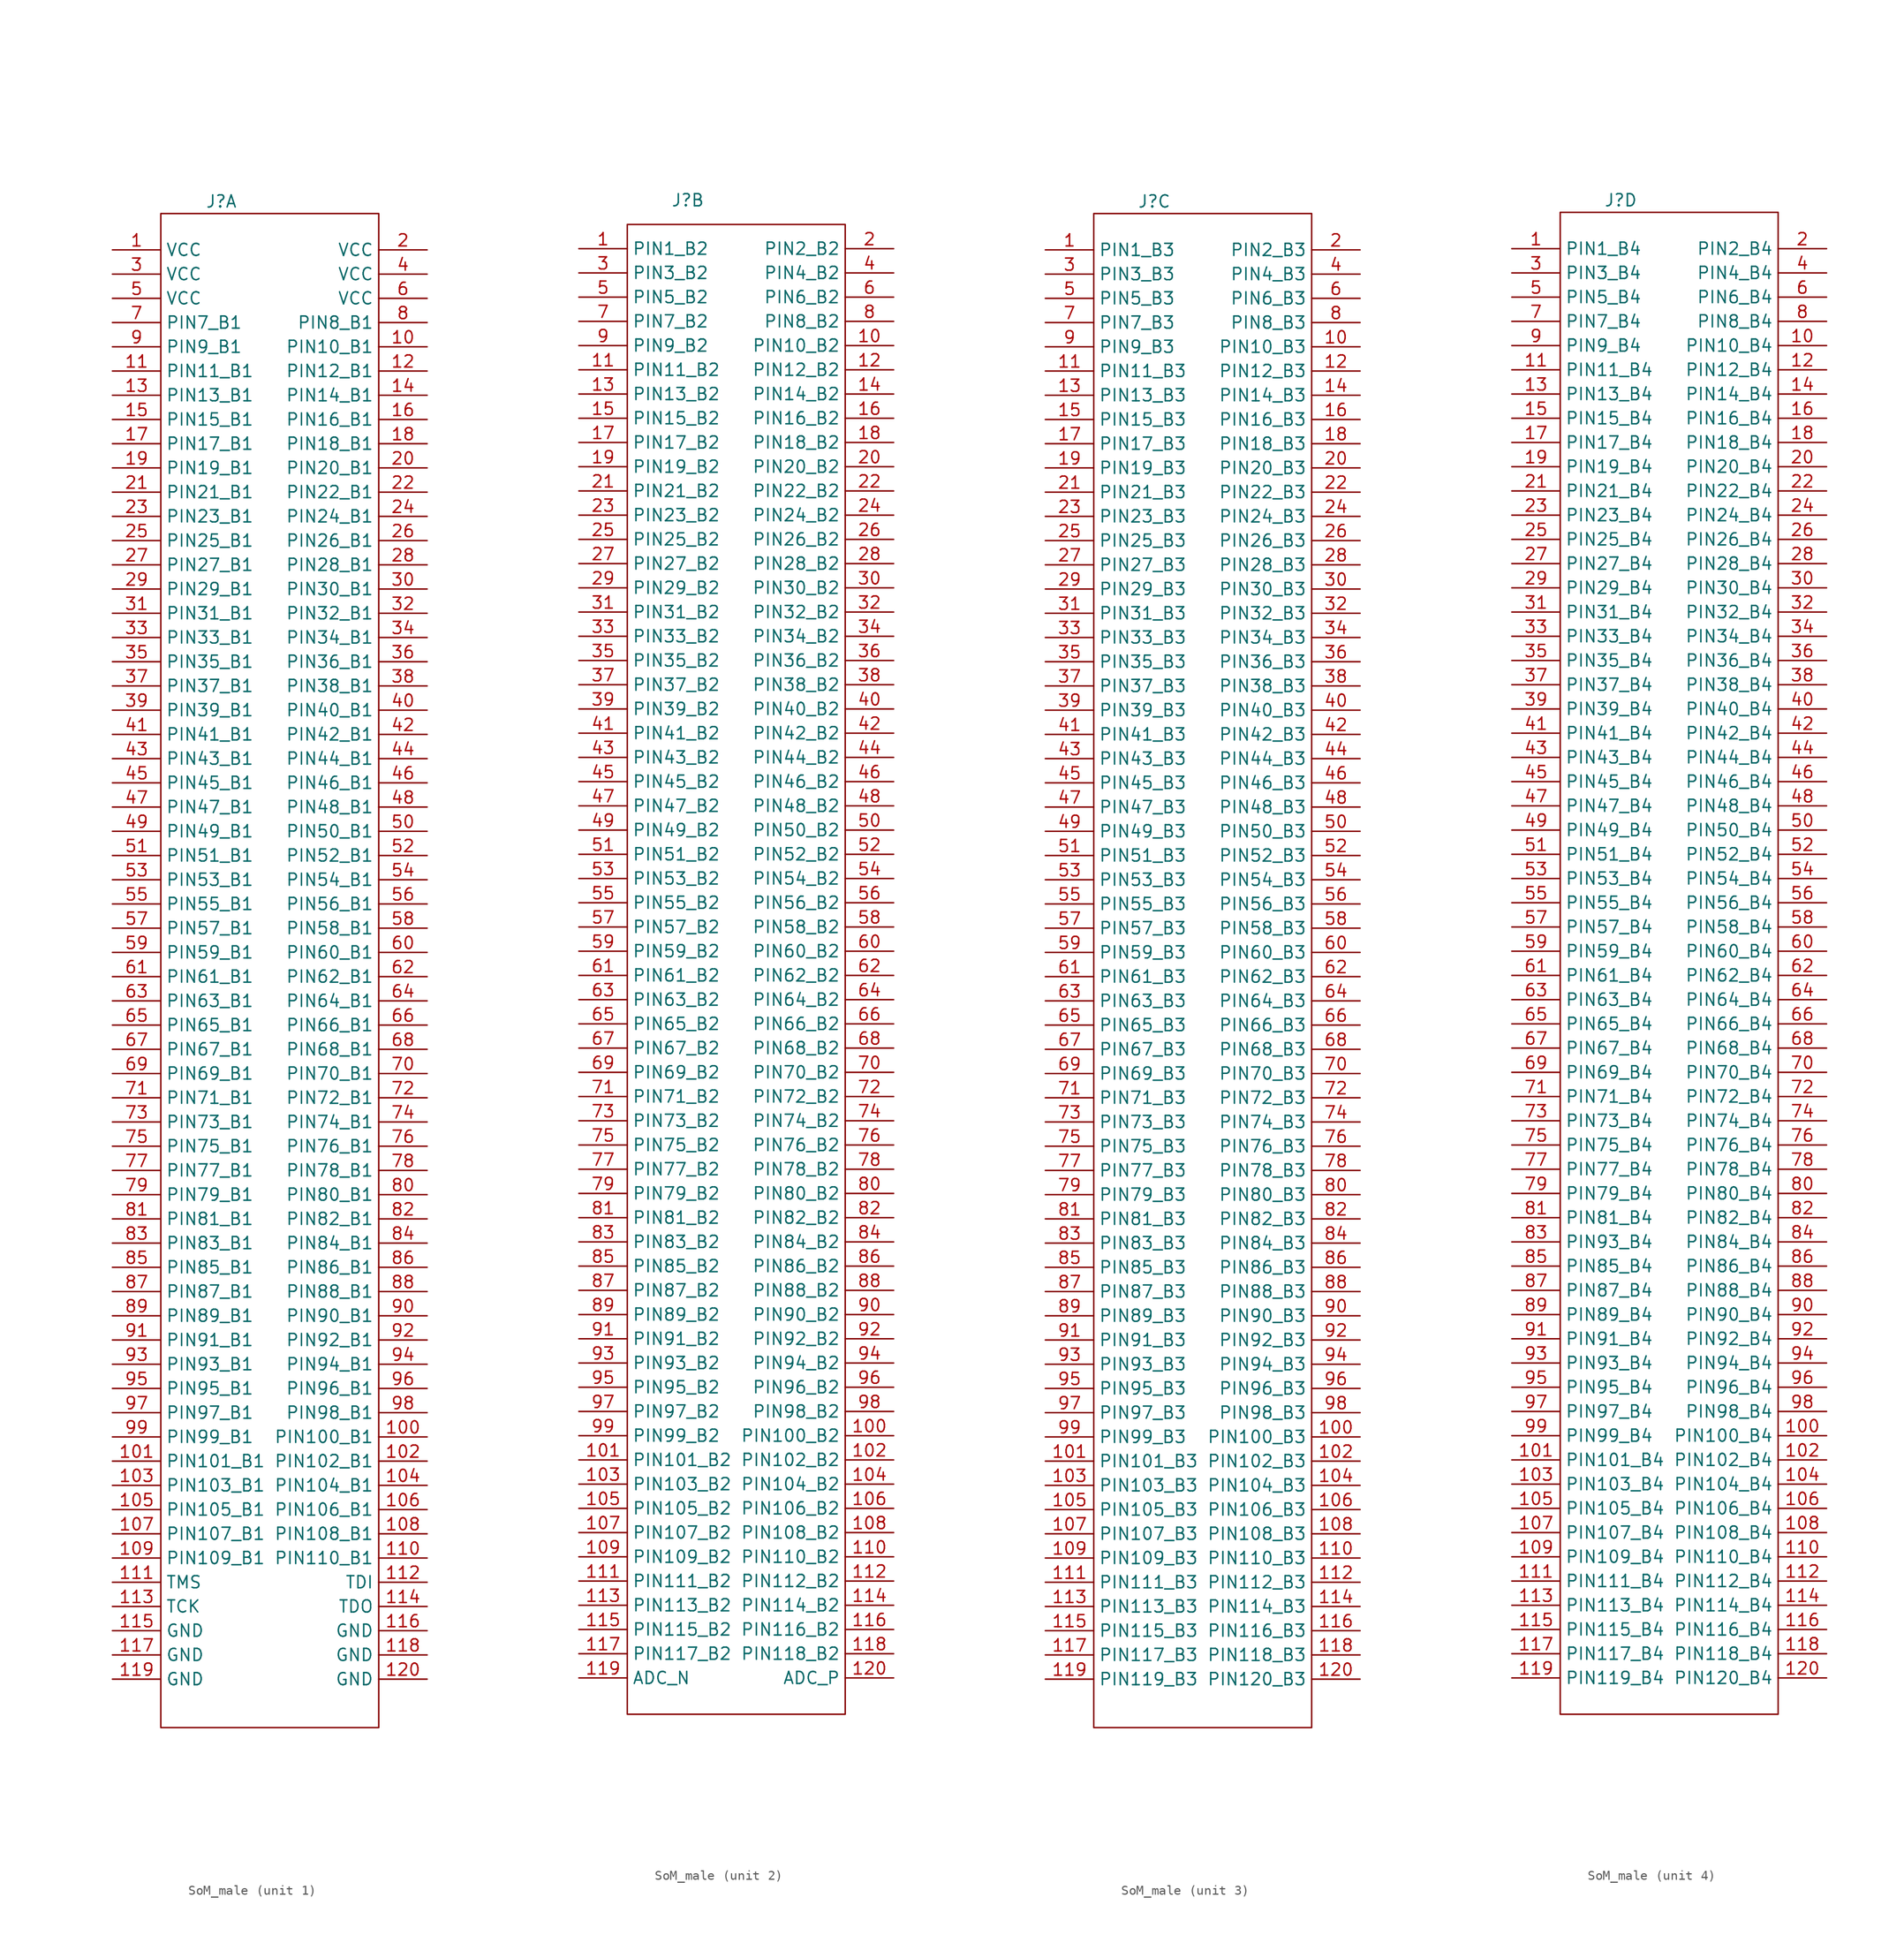
<source format=kicad_sym>
(kicad_symbol_lib
  (version 20231120)
  (generator "kicad_symbol_editor")
  (generator_version "8.0")
  (symbol "SoM_male"
    (property "Reference" "J"
      (at -5.08 78.74 0)
      (effects (font (size 1.27 1.27))))
    (property "Value" ""
      (at -20.32 0 0)
      (effects (font (size 1.27 1.27))))
    (property "ki_locked" ""
      (at 0 0 0)
      (effects (font (size 1.27 1.27))))
    (symbol "SoM_male_1_1"
      (rectangle (start -11.43 77.47) (end 11.43 -81.28) (stroke (width 0) (type default)) (fill (type none)))
      (pin power_in line (at -16.51 73.66 0) (length 5.08) (name "VCC" (effects (font (size 1.27 1.27)))) (number "1" (effects (font (size 1.27 1.27)))))
      (pin bidirectional line (at 16.51 63.5 180) (length 5.08) (name "PIN10_B1" (effects (font (size 1.27 1.27)))) (number "10" (effects (font (size 1.27 1.27)))))
      (pin bidirectional line (at 16.51 -50.8 180) (length 5.08) (name "PIN100_B1" (effects (font (size 1.27 1.27)))) (number "100" (effects (font (size 1.27 1.27)))))
      (pin bidirectional line (at -16.51 -53.34 0) (length 5.08) (name "PIN101_B1" (effects (font (size 1.27 1.27)))) (number "101" (effects (font (size 1.27 1.27)))))
      (pin bidirectional line (at 16.51 -53.34 180) (length 5.08) (name "PIN102_B1" (effects (font (size 1.27 1.27)))) (number "102" (effects (font (size 1.27 1.27)))))
      (pin bidirectional line (at -16.51 -55.88 0) (length 5.08) (name "PIN103_B1" (effects (font (size 1.27 1.27)))) (number "103" (effects (font (size 1.27 1.27)))))
      (pin bidirectional line (at 16.51 -55.88 180) (length 5.08) (name "PIN104_B1" (effects (font (size 1.27 1.27)))) (number "104" (effects (font (size 1.27 1.27)))))
      (pin bidirectional line (at -16.51 -58.42 0) (length 5.08) (name "PIN105_B1" (effects (font (size 1.27 1.27)))) (number "105" (effects (font (size 1.27 1.27)))))
      (pin bidirectional line (at 16.51 -58.42 180) (length 5.08) (name "PIN106_B1" (effects (font (size 1.27 1.27)))) (number "106" (effects (font (size 1.27 1.27)))))
      (pin bidirectional line (at -16.51 -60.96 0) (length 5.08) (name "PIN107_B1" (effects (font (size 1.27 1.27)))) (number "107" (effects (font (size 1.27 1.27)))))
      (pin bidirectional line (at 16.51 -60.96 180) (length 5.08) (name "PIN108_B1" (effects (font (size 1.27 1.27)))) (number "108" (effects (font (size 1.27 1.27)))))
      (pin bidirectional line (at -16.51 -63.5 0) (length 5.08) (name "PIN109_B1" (effects (font (size 1.27 1.27)))) (number "109" (effects (font (size 1.27 1.27)))))
      (pin bidirectional line (at -16.51 60.96 0) (length 5.08) (name "PIN11_B1" (effects (font (size 1.27 1.27)))) (number "11" (effects (font (size 1.27 1.27)))))
      (pin bidirectional line (at 16.51 -63.5 180) (length 5.08) (name "PIN110_B1" (effects (font (size 1.27 1.27)))) (number "110" (effects (font (size 1.27 1.27)))))
      (pin output line (at -16.51 -66.04 0) (length 5.08) (name "TMS" (effects (font (size 1.27 1.27)))) (number "111" (effects (font (size 1.27 1.27)))))
      (pin input line (at 16.51 -66.04 180) (length 5.08) (name "TDI" (effects (font (size 1.27 1.27)))) (number "112" (effects (font (size 1.27 1.27)))))
      (pin input line (at -16.51 -68.58 0) (length 5.08) (name "TCK" (effects (font (size 1.27 1.27)))) (number "113" (effects (font (size 1.27 1.27)))))
      (pin output line (at 16.51 -68.58 180) (length 5.08) (name "TDO" (effects (font (size 1.27 1.27)))) (number "114" (effects (font (size 1.27 1.27)))))
      (pin power_in line (at -16.51 -71.12 0) (length 5.08) (name "GND" (effects (font (size 1.27 1.27)))) (number "115" (effects (font (size 1.27 1.27)))))
      (pin power_in line (at 16.51 -71.12 180) (length 5.08) (name "GND" (effects (font (size 1.27 1.27)))) (number "116" (effects (font (size 1.27 1.27)))))
      (pin power_in line (at -16.51 -73.66 0) (length 5.08) (name "GND" (effects (font (size 1.27 1.27)))) (number "117" (effects (font (size 1.27 1.27)))))
      (pin power_in line (at 16.51 -73.66 180) (length 5.08) (name "GND" (effects (font (size 1.27 1.27)))) (number "118" (effects (font (size 1.27 1.27)))))
      (pin power_in line (at -16.51 -76.2 0) (length 5.08) (name "GND" (effects (font (size 1.27 1.27)))) (number "119" (effects (font (size 1.27 1.27)))))
      (pin bidirectional line (at 16.51 60.96 180) (length 5.08) (name "PIN12_B1" (effects (font (size 1.27 1.27)))) (number "12" (effects (font (size 1.27 1.27)))))
      (pin power_in line (at 16.51 -76.2 180) (length 5.08) (name "GND" (effects (font (size 1.27 1.27)))) (number "120" (effects (font (size 1.27 1.27)))))
      (pin bidirectional line (at -16.51 58.42 0) (length 5.08) (name "PIN13_B1" (effects (font (size 1.27 1.27)))) (number "13" (effects (font (size 1.27 1.27)))))
      (pin bidirectional line (at 16.51 58.42 180) (length 5.08) (name "PIN14_B1" (effects (font (size 1.27 1.27)))) (number "14" (effects (font (size 1.27 1.27)))))
      (pin bidirectional line (at -16.51 55.88 0) (length 5.08) (name "PIN15_B1" (effects (font (size 1.27 1.27)))) (number "15" (effects (font (size 1.27 1.27)))))
      (pin bidirectional line (at 16.51 55.88 180) (length 5.08) (name "PIN16_B1" (effects (font (size 1.27 1.27)))) (number "16" (effects (font (size 1.27 1.27)))))
      (pin bidirectional line (at -16.51 53.34 0) (length 5.08) (name "PIN17_B1" (effects (font (size 1.27 1.27)))) (number "17" (effects (font (size 1.27 1.27)))))
      (pin bidirectional line (at 16.51 53.34 180) (length 5.08) (name "PIN18_B1" (effects (font (size 1.27 1.27)))) (number "18" (effects (font (size 1.27 1.27)))))
      (pin bidirectional line (at -16.51 50.8 0) (length 5.08) (name "PIN19_B1" (effects (font (size 1.27 1.27)))) (number "19" (effects (font (size 1.27 1.27)))))
      (pin power_in line (at 16.51 73.66 180) (length 5.08) (name "VCC" (effects (font (size 1.27 1.27)))) (number "2" (effects (font (size 1.27 1.27)))))
      (pin bidirectional line (at 16.51 50.8 180) (length 5.08) (name "PIN20_B1" (effects (font (size 1.27 1.27)))) (number "20" (effects (font (size 1.27 1.27)))))
      (pin bidirectional line (at -16.51 48.26 0) (length 5.08) (name "PIN21_B1" (effects (font (size 1.27 1.27)))) (number "21" (effects (font (size 1.27 1.27)))))
      (pin bidirectional line (at 16.51 48.26 180) (length 5.08) (name "PIN22_B1" (effects (font (size 1.27 1.27)))) (number "22" (effects (font (size 1.27 1.27)))))
      (pin bidirectional line (at -16.51 45.72 0) (length 5.08) (name "PIN23_B1" (effects (font (size 1.27 1.27)))) (number "23" (effects (font (size 1.27 1.27)))))
      (pin bidirectional line (at 16.51 45.72 180) (length 5.08) (name "PIN24_B1" (effects (font (size 1.27 1.27)))) (number "24" (effects (font (size 1.27 1.27)))))
      (pin bidirectional line (at -16.51 43.18 0) (length 5.08) (name "PIN25_B1" (effects (font (size 1.27 1.27)))) (number "25" (effects (font (size 1.27 1.27)))))
      (pin bidirectional line (at 16.51 43.18 180) (length 5.08) (name "PIN26_B1" (effects (font (size 1.27 1.27)))) (number "26" (effects (font (size 1.27 1.27)))))
      (pin bidirectional line (at -16.51 40.64 0) (length 5.08) (name "PIN27_B1" (effects (font (size 1.27 1.27)))) (number "27" (effects (font (size 1.27 1.27)))))
      (pin bidirectional line (at 16.51 40.64 180) (length 5.08) (name "PIN28_B1" (effects (font (size 1.27 1.27)))) (number "28" (effects (font (size 1.27 1.27)))))
      (pin bidirectional line (at -16.51 38.1 0) (length 5.08) (name "PIN29_B1" (effects (font (size 1.27 1.27)))) (number "29" (effects (font (size 1.27 1.27)))))
      (pin power_in line (at -16.51 71.12 0) (length 5.08) (name "VCC" (effects (font (size 1.27 1.27)))) (number "3" (effects (font (size 1.27 1.27)))))
      (pin bidirectional line (at 16.51 38.1 180) (length 5.08) (name "PIN30_B1" (effects (font (size 1.27 1.27)))) (number "30" (effects (font (size 1.27 1.27)))))
      (pin bidirectional line (at -16.51 35.56 0) (length 5.08) (name "PIN31_B1" (effects (font (size 1.27 1.27)))) (number "31" (effects (font (size 1.27 1.27)))))
      (pin bidirectional line (at 16.51 35.56 180) (length 5.08) (name "PIN32_B1" (effects (font (size 1.27 1.27)))) (number "32" (effects (font (size 1.27 1.27)))))
      (pin bidirectional line (at -16.51 33.02 0) (length 5.08) (name "PIN33_B1" (effects (font (size 1.27 1.27)))) (number "33" (effects (font (size 1.27 1.27)))))
      (pin bidirectional line (at 16.51 33.02 180) (length 5.08) (name "PIN34_B1" (effects (font (size 1.27 1.27)))) (number "34" (effects (font (size 1.27 1.27)))))
      (pin bidirectional line (at -16.51 30.48 0) (length 5.08) (name "PIN35_B1" (effects (font (size 1.27 1.27)))) (number "35" (effects (font (size 1.27 1.27)))))
      (pin bidirectional line (at 16.51 30.48 180) (length 5.08) (name "PIN36_B1" (effects (font (size 1.27 1.27)))) (number "36" (effects (font (size 1.27 1.27)))))
      (pin bidirectional line (at -16.51 27.94 0) (length 5.08) (name "PIN37_B1" (effects (font (size 1.27 1.27)))) (number "37" (effects (font (size 1.27 1.27)))))
      (pin bidirectional line (at 16.51 27.94 180) (length 5.08) (name "PIN38_B1" (effects (font (size 1.27 1.27)))) (number "38" (effects (font (size 1.27 1.27)))))
      (pin bidirectional line (at -16.51 25.4 0) (length 5.08) (name "PIN39_B1" (effects (font (size 1.27 1.27)))) (number "39" (effects (font (size 1.27 1.27)))))
      (pin power_in line (at 16.51 71.12 180) (length 5.08) (name "VCC" (effects (font (size 1.27 1.27)))) (number "4" (effects (font (size 1.27 1.27)))))
      (pin bidirectional line (at 16.51 25.4 180) (length 5.08) (name "PIN40_B1" (effects (font (size 1.27 1.27)))) (number "40" (effects (font (size 1.27 1.27)))))
      (pin bidirectional line (at -16.51 22.86 0) (length 5.08) (name "PIN41_B1" (effects (font (size 1.27 1.27)))) (number "41" (effects (font (size 1.27 1.27)))))
      (pin bidirectional line (at 16.51 22.86 180) (length 5.08) (name "PIN42_B1" (effects (font (size 1.27 1.27)))) (number "42" (effects (font (size 1.27 1.27)))))
      (pin bidirectional line (at -16.51 20.32 0) (length 5.08) (name "PIN43_B1" (effects (font (size 1.27 1.27)))) (number "43" (effects (font (size 1.27 1.27)))))
      (pin bidirectional line (at 16.51 20.32 180) (length 5.08) (name "PIN44_B1" (effects (font (size 1.27 1.27)))) (number "44" (effects (font (size 1.27 1.27)))))
      (pin bidirectional line (at -16.51 17.78 0) (length 5.08) (name "PIN45_B1" (effects (font (size 1.27 1.27)))) (number "45" (effects (font (size 1.27 1.27)))))
      (pin bidirectional line (at 16.51 17.78 180) (length 5.08) (name "PIN46_B1" (effects (font (size 1.27 1.27)))) (number "46" (effects (font (size 1.27 1.27)))))
      (pin bidirectional line (at -16.51 15.24 0) (length 5.08) (name "PIN47_B1" (effects (font (size 1.27 1.27)))) (number "47" (effects (font (size 1.27 1.27)))))
      (pin bidirectional line (at 16.51 15.24 180) (length 5.08) (name "PIN48_B1" (effects (font (size 1.27 1.27)))) (number "48" (effects (font (size 1.27 1.27)))))
      (pin bidirectional line (at -16.51 12.7 0) (length 5.08) (name "PIN49_B1" (effects (font (size 1.27 1.27)))) (number "49" (effects (font (size 1.27 1.27)))))
      (pin power_in line (at -16.51 68.58 0) (length 5.08) (name "VCC" (effects (font (size 1.27 1.27)))) (number "5" (effects (font (size 1.27 1.27)))))
      (pin bidirectional line (at 16.51 12.7 180) (length 5.08) (name "PIN50_B1" (effects (font (size 1.27 1.27)))) (number "50" (effects (font (size 1.27 1.27)))))
      (pin bidirectional line (at -16.51 10.16 0) (length 5.08) (name "PIN51_B1" (effects (font (size 1.27 1.27)))) (number "51" (effects (font (size 1.27 1.27)))))
      (pin bidirectional line (at 16.51 10.16 180) (length 5.08) (name "PIN52_B1" (effects (font (size 1.27 1.27)))) (number "52" (effects (font (size 1.27 1.27)))))
      (pin bidirectional line (at -16.51 7.62 0) (length 5.08) (name "PIN53_B1" (effects (font (size 1.27 1.27)))) (number "53" (effects (font (size 1.27 1.27)))))
      (pin bidirectional line (at 16.51 7.62 180) (length 5.08) (name "PIN54_B1" (effects (font (size 1.27 1.27)))) (number "54" (effects (font (size 1.27 1.27)))))
      (pin bidirectional line (at -16.51 5.08 0) (length 5.08) (name "PIN55_B1" (effects (font (size 1.27 1.27)))) (number "55" (effects (font (size 1.27 1.27)))))
      (pin bidirectional line (at 16.51 5.08 180) (length 5.08) (name "PIN56_B1" (effects (font (size 1.27 1.27)))) (number "56" (effects (font (size 1.27 1.27)))))
      (pin bidirectional line (at -16.51 2.54 0) (length 5.08) (name "PIN57_B1" (effects (font (size 1.27 1.27)))) (number "57" (effects (font (size 1.27 1.27)))))
      (pin bidirectional line (at 16.51 2.54 180) (length 5.08) (name "PIN58_B1" (effects (font (size 1.27 1.27)))) (number "58" (effects (font (size 1.27 1.27)))))
      (pin bidirectional line (at -16.51 0 0) (length 5.08) (name "PIN59_B1" (effects (font (size 1.27 1.27)))) (number "59" (effects (font (size 1.27 1.27)))))
      (pin power_in line (at 16.51 68.58 180) (length 5.08) (name "VCC" (effects (font (size 1.27 1.27)))) (number "6" (effects (font (size 1.27 1.27)))))
      (pin bidirectional line (at 16.51 0 180) (length 5.08) (name "PIN60_B1" (effects (font (size 1.27 1.27)))) (number "60" (effects (font (size 1.27 1.27)))))
      (pin bidirectional line (at -16.51 -2.54 0) (length 5.08) (name "PIN61_B1" (effects (font (size 1.27 1.27)))) (number "61" (effects (font (size 1.27 1.27)))))
      (pin bidirectional line (at 16.51 -2.54 180) (length 5.08) (name "PIN62_B1" (effects (font (size 1.27 1.27)))) (number "62" (effects (font (size 1.27 1.27)))))
      (pin bidirectional line (at -16.51 -5.08 0) (length 5.08) (name "PIN63_B1" (effects (font (size 1.27 1.27)))) (number "63" (effects (font (size 1.27 1.27)))))
      (pin bidirectional line (at 16.51 -5.08 180) (length 5.08) (name "PIN64_B1" (effects (font (size 1.27 1.27)))) (number "64" (effects (font (size 1.27 1.27)))))
      (pin bidirectional line (at -16.51 -7.62 0) (length 5.08) (name "PIN65_B1" (effects (font (size 1.27 1.27)))) (number "65" (effects (font (size 1.27 1.27)))))
      (pin bidirectional line (at 16.51 -7.62 180) (length 5.08) (name "PIN66_B1" (effects (font (size 1.27 1.27)))) (number "66" (effects (font (size 1.27 1.27)))))
      (pin bidirectional line (at -16.51 -10.16 0) (length 5.08) (name "PIN67_B1" (effects (font (size 1.27 1.27)))) (number "67" (effects (font (size 1.27 1.27)))))
      (pin bidirectional line (at 16.51 -10.16 180) (length 5.08) (name "PIN68_B1" (effects (font (size 1.27 1.27)))) (number "68" (effects (font (size 1.27 1.27)))))
      (pin bidirectional line (at -16.51 -12.7 0) (length 5.08) (name "PIN69_B1" (effects (font (size 1.27 1.27)))) (number "69" (effects (font (size 1.27 1.27)))))
      (pin bidirectional line (at -16.51 66.04 0) (length 5.08) (name "PIN7_B1" (effects (font (size 1.27 1.27)))) (number "7" (effects (font (size 1.27 1.27)))))
      (pin bidirectional line (at 16.51 -12.7 180) (length 5.08) (name "PIN70_B1" (effects (font (size 1.27 1.27)))) (number "70" (effects (font (size 1.27 1.27)))))
      (pin bidirectional line (at -16.51 -15.24 0) (length 5.08) (name "PIN71_B1" (effects (font (size 1.27 1.27)))) (number "71" (effects (font (size 1.27 1.27)))))
      (pin bidirectional line (at 16.51 -15.24 180) (length 5.08) (name "PIN72_B1" (effects (font (size 1.27 1.27)))) (number "72" (effects (font (size 1.27 1.27)))))
      (pin bidirectional line (at -16.51 -17.78 0) (length 5.08) (name "PIN73_B1" (effects (font (size 1.27 1.27)))) (number "73" (effects (font (size 1.27 1.27)))))
      (pin bidirectional line (at 16.51 -17.78 180) (length 5.08) (name "PIN74_B1" (effects (font (size 1.27 1.27)))) (number "74" (effects (font (size 1.27 1.27)))))
      (pin bidirectional line (at -16.51 -20.32 0) (length 5.08) (name "PIN75_B1" (effects (font (size 1.27 1.27)))) (number "75" (effects (font (size 1.27 1.27)))))
      (pin bidirectional line (at 16.51 -20.32 180) (length 5.08) (name "PIN76_B1" (effects (font (size 1.27 1.27)))) (number "76" (effects (font (size 1.27 1.27)))))
      (pin bidirectional line (at -16.51 -22.86 0) (length 5.08) (name "PIN77_B1" (effects (font (size 1.27 1.27)))) (number "77" (effects (font (size 1.27 1.27)))))
      (pin bidirectional line (at 16.51 -22.86 180) (length 5.08) (name "PIN78_B1" (effects (font (size 1.27 1.27)))) (number "78" (effects (font (size 1.27 1.27)))))
      (pin bidirectional line (at -16.51 -25.4 0) (length 5.08) (name "PIN79_B1" (effects (font (size 1.27 1.27)))) (number "79" (effects (font (size 1.27 1.27)))))
      (pin bidirectional line (at 16.51 66.04 180) (length 5.08) (name "PIN8_B1" (effects (font (size 1.27 1.27)))) (number "8" (effects (font (size 1.27 1.27)))))
      (pin bidirectional line (at 16.51 -25.4 180) (length 5.08) (name "PIN80_B1" (effects (font (size 1.27 1.27)))) (number "80" (effects (font (size 1.27 1.27)))))
      (pin bidirectional line (at -16.51 -27.94 0) (length 5.08) (name "PIN81_B1" (effects (font (size 1.27 1.27)))) (number "81" (effects (font (size 1.27 1.27)))))
      (pin bidirectional line (at 16.51 -27.94 180) (length 5.08) (name "PIN82_B1" (effects (font (size 1.27 1.27)))) (number "82" (effects (font (size 1.27 1.27)))))
      (pin bidirectional line (at -16.51 -30.48 0) (length 5.08) (name "PIN83_B1" (effects (font (size 1.27 1.27)))) (number "83" (effects (font (size 1.27 1.27)))))
      (pin bidirectional line (at 16.51 -30.48 180) (length 5.08) (name "PIN84_B1" (effects (font (size 1.27 1.27)))) (number "84" (effects (font (size 1.27 1.27)))))
      (pin bidirectional line (at -16.51 -33.02 0) (length 5.08) (name "PIN85_B1" (effects (font (size 1.27 1.27)))) (number "85" (effects (font (size 1.27 1.27)))))
      (pin bidirectional line (at 16.51 -33.02 180) (length 5.08) (name "PIN86_B1" (effects (font (size 1.27 1.27)))) (number "86" (effects (font (size 1.27 1.27)))))
      (pin bidirectional line (at -16.51 -35.56 0) (length 5.08) (name "PIN87_B1" (effects (font (size 1.27 1.27)))) (number "87" (effects (font (size 1.27 1.27)))))
      (pin bidirectional line (at 16.51 -35.56 180) (length 5.08) (name "PIN88_B1" (effects (font (size 1.27 1.27)))) (number "88" (effects (font (size 1.27 1.27)))))
      (pin bidirectional line (at -16.51 -38.1 0) (length 5.08) (name "PIN89_B1" (effects (font (size 1.27 1.27)))) (number "89" (effects (font (size 1.27 1.27)))))
      (pin bidirectional line (at -16.51 63.5 0) (length 5.08) (name "PIN9_B1" (effects (font (size 1.27 1.27)))) (number "9" (effects (font (size 1.27 1.27)))))
      (pin bidirectional line (at 16.51 -38.1 180) (length 5.08) (name "PIN90_B1" (effects (font (size 1.27 1.27)))) (number "90" (effects (font (size 1.27 1.27)))))
      (pin bidirectional line (at -16.51 -40.64 0) (length 5.08) (name "PIN91_B1" (effects (font (size 1.27 1.27)))) (number "91" (effects (font (size 1.27 1.27)))))
      (pin bidirectional line (at 16.51 -40.64 180) (length 5.08) (name "PIN92_B1" (effects (font (size 1.27 1.27)))) (number "92" (effects (font (size 1.27 1.27)))))
      (pin bidirectional line (at -16.51 -43.18 0) (length 5.08) (name "PIN93_B1" (effects (font (size 1.27 1.27)))) (number "93" (effects (font (size 1.27 1.27)))))
      (pin bidirectional line (at 16.51 -43.18 180) (length 5.08) (name "PIN94_B1" (effects (font (size 1.27 1.27)))) (number "94" (effects (font (size 1.27 1.27)))))
      (pin bidirectional line (at -16.51 -45.72 0) (length 5.08) (name "PIN95_B1" (effects (font (size 1.27 1.27)))) (number "95" (effects (font (size 1.27 1.27)))))
      (pin bidirectional line (at 16.51 -45.72 180) (length 5.08) (name "PIN96_B1" (effects (font (size 1.27 1.27)))) (number "96" (effects (font (size 1.27 1.27)))))
      (pin bidirectional line (at -16.51 -48.26 0) (length 5.08) (name "PIN97_B1" (effects (font (size 1.27 1.27)))) (number "97" (effects (font (size 1.27 1.27)))))
      (pin bidirectional line (at 16.51 -48.26 180) (length 5.08) (name "PIN98_B1" (effects (font (size 1.27 1.27)))) (number "98" (effects (font (size 1.27 1.27)))))
      (pin bidirectional line (at -16.51 -50.8 0) (length 5.08) (name "PIN99_B1" (effects (font (size 1.27 1.27)))) (number "99" (effects (font (size 1.27 1.27))))))
    (symbol "SoM_male_2_1"
      (rectangle (start -11.43 76.2) (end 11.43 -80.01) (stroke (width 0) (type default)) (fill (type none)))
      (pin bidirectional line (at -16.51 73.66 0) (length 5.08) (name "PIN1_B2" (effects (font (size 1.27 1.27)))) (number "1" (effects (font (size 1.27 1.27)))))
      (pin bidirectional line (at 16.51 63.5 180) (length 5.08) (name "PIN10_B2" (effects (font (size 1.27 1.27)))) (number "10" (effects (font (size 1.27 1.27)))))
      (pin bidirectional line (at 16.51 -50.8 180) (length 5.08) (name "PIN100_B2" (effects (font (size 1.27 1.27)))) (number "100" (effects (font (size 1.27 1.27)))))
      (pin bidirectional line (at -16.51 -53.34 0) (length 5.08) (name "PIN101_B2" (effects (font (size 1.27 1.27)))) (number "101" (effects (font (size 1.27 1.27)))))
      (pin bidirectional line (at 16.51 -53.34 180) (length 5.08) (name "PIN102_B2" (effects (font (size 1.27 1.27)))) (number "102" (effects (font (size 1.27 1.27)))))
      (pin bidirectional line (at -16.51 -55.88 0) (length 5.08) (name "PIN103_B2" (effects (font (size 1.27 1.27)))) (number "103" (effects (font (size 1.27 1.27)))))
      (pin bidirectional line (at 16.51 -55.88 180) (length 5.08) (name "PIN104_B2" (effects (font (size 1.27 1.27)))) (number "104" (effects (font (size 1.27 1.27)))))
      (pin bidirectional line (at -16.51 -58.42 0) (length 5.08) (name "PIN105_B2" (effects (font (size 1.27 1.27)))) (number "105" (effects (font (size 1.27 1.27)))))
      (pin bidirectional line (at 16.51 -58.42 180) (length 5.08) (name "PIN106_B2" (effects (font (size 1.27 1.27)))) (number "106" (effects (font (size 1.27 1.27)))))
      (pin bidirectional line (at -16.51 -60.96 0) (length 5.08) (name "PIN107_B2" (effects (font (size 1.27 1.27)))) (number "107" (effects (font (size 1.27 1.27)))))
      (pin bidirectional line (at 16.51 -60.96 180) (length 5.08) (name "PIN108_B2" (effects (font (size 1.27 1.27)))) (number "108" (effects (font (size 1.27 1.27)))))
      (pin bidirectional line (at -16.51 -63.5 0) (length 5.08) (name "PIN109_B2" (effects (font (size 1.27 1.27)))) (number "109" (effects (font (size 1.27 1.27)))))
      (pin bidirectional line (at -16.51 60.96 0) (length 5.08) (name "PIN11_B2" (effects (font (size 1.27 1.27)))) (number "11" (effects (font (size 1.27 1.27)))))
      (pin bidirectional line (at 16.51 -63.5 180) (length 5.08) (name "PIN110_B2" (effects (font (size 1.27 1.27)))) (number "110" (effects (font (size 1.27 1.27)))))
      (pin bidirectional line (at -16.51 -66.04 0) (length 5.08) (name "PIN111_B2" (effects (font (size 1.27 1.27)))) (number "111" (effects (font (size 1.27 1.27)))))
      (pin bidirectional line (at 16.51 -66.04 180) (length 5.08) (name "PIN112_B2" (effects (font (size 1.27 1.27)))) (number "112" (effects (font (size 1.27 1.27)))))
      (pin bidirectional line (at -16.51 -68.58 0) (length 5.08) (name "PIN113_B2" (effects (font (size 1.27 1.27)))) (number "113" (effects (font (size 1.27 1.27)))))
      (pin bidirectional line (at 16.51 -68.58 180) (length 5.08) (name "PIN114_B2" (effects (font (size 1.27 1.27)))) (number "114" (effects (font (size 1.27 1.27)))))
      (pin bidirectional line (at -16.51 -71.12 0) (length 5.08) (name "PIN115_B2" (effects (font (size 1.27 1.27)))) (number "115" (effects (font (size 1.27 1.27)))))
      (pin bidirectional line (at 16.51 -71.12 180) (length 5.08) (name "PIN116_B2" (effects (font (size 1.27 1.27)))) (number "116" (effects (font (size 1.27 1.27)))))
      (pin bidirectional line (at -16.51 -73.66 0) (length 5.08) (name "PIN117_B2" (effects (font (size 1.27 1.27)))) (number "117" (effects (font (size 1.27 1.27)))))
      (pin bidirectional line (at 16.51 -73.66 180) (length 5.08) (name "PIN118_B2" (effects (font (size 1.27 1.27)))) (number "118" (effects (font (size 1.27 1.27)))))
      (pin input line (at -16.51 -76.2 0) (length 5.08) (name "ADC_N" (effects (font (size 1.27 1.27)))) (number "119" (effects (font (size 1.27 1.27)))))
      (pin bidirectional line (at 16.51 60.96 180) (length 5.08) (name "PIN12_B2" (effects (font (size 1.27 1.27)))) (number "12" (effects (font (size 1.27 1.27)))))
      (pin input line (at 16.51 -76.2 180) (length 5.08) (name "ADC_P" (effects (font (size 1.27 1.27)))) (number "120" (effects (font (size 1.27 1.27)))))
      (pin bidirectional line (at -16.51 58.42 0) (length 5.08) (name "PIN13_B2" (effects (font (size 1.27 1.27)))) (number "13" (effects (font (size 1.27 1.27)))))
      (pin bidirectional line (at 16.51 58.42 180) (length 5.08) (name "PIN14_B2" (effects (font (size 1.27 1.27)))) (number "14" (effects (font (size 1.27 1.27)))))
      (pin bidirectional line (at -16.51 55.88 0) (length 5.08) (name "PIN15_B2" (effects (font (size 1.27 1.27)))) (number "15" (effects (font (size 1.27 1.27)))))
      (pin bidirectional line (at 16.51 55.88 180) (length 5.08) (name "PIN16_B2" (effects (font (size 1.27 1.27)))) (number "16" (effects (font (size 1.27 1.27)))))
      (pin bidirectional line (at -16.51 53.34 0) (length 5.08) (name "PIN17_B2" (effects (font (size 1.27 1.27)))) (number "17" (effects (font (size 1.27 1.27)))))
      (pin bidirectional line (at 16.51 53.34 180) (length 5.08) (name "PIN18_B2" (effects (font (size 1.27 1.27)))) (number "18" (effects (font (size 1.27 1.27)))))
      (pin bidirectional line (at -16.51 50.8 0) (length 5.08) (name "PIN19_B2" (effects (font (size 1.27 1.27)))) (number "19" (effects (font (size 1.27 1.27)))))
      (pin bidirectional line (at 16.51 73.66 180) (length 5.08) (name "PIN2_B2" (effects (font (size 1.27 1.27)))) (number "2" (effects (font (size 1.27 1.27)))))
      (pin bidirectional line (at 16.51 50.8 180) (length 5.08) (name "PIN20_B2" (effects (font (size 1.27 1.27)))) (number "20" (effects (font (size 1.27 1.27)))))
      (pin bidirectional line (at -16.51 48.26 0) (length 5.08) (name "PIN21_B2" (effects (font (size 1.27 1.27)))) (number "21" (effects (font (size 1.27 1.27)))))
      (pin bidirectional line (at 16.51 48.26 180) (length 5.08) (name "PIN22_B2" (effects (font (size 1.27 1.27)))) (number "22" (effects (font (size 1.27 1.27)))))
      (pin bidirectional line (at -16.51 45.72 0) (length 5.08) (name "PIN23_B2" (effects (font (size 1.27 1.27)))) (number "23" (effects (font (size 1.27 1.27)))))
      (pin bidirectional line (at 16.51 45.72 180) (length 5.08) (name "PIN24_B2" (effects (font (size 1.27 1.27)))) (number "24" (effects (font (size 1.27 1.27)))))
      (pin bidirectional line (at -16.51 43.18 0) (length 5.08) (name "PIN25_B2" (effects (font (size 1.27 1.27)))) (number "25" (effects (font (size 1.27 1.27)))))
      (pin bidirectional line (at 16.51 43.18 180) (length 5.08) (name "PIN26_B2" (effects (font (size 1.27 1.27)))) (number "26" (effects (font (size 1.27 1.27)))))
      (pin bidirectional line (at -16.51 40.64 0) (length 5.08) (name "PIN27_B2" (effects (font (size 1.27 1.27)))) (number "27" (effects (font (size 1.27 1.27)))))
      (pin bidirectional line (at 16.51 40.64 180) (length 5.08) (name "PIN28_B2" (effects (font (size 1.27 1.27)))) (number "28" (effects (font (size 1.27 1.27)))))
      (pin bidirectional line (at -16.51 38.1 0) (length 5.08) (name "PIN29_B2" (effects (font (size 1.27 1.27)))) (number "29" (effects (font (size 1.27 1.27)))))
      (pin bidirectional line (at -16.51 71.12 0) (length 5.08) (name "PIN3_B2" (effects (font (size 1.27 1.27)))) (number "3" (effects (font (size 1.27 1.27)))))
      (pin bidirectional line (at 16.51 38.1 180) (length 5.08) (name "PIN30_B2" (effects (font (size 1.27 1.27)))) (number "30" (effects (font (size 1.27 1.27)))))
      (pin bidirectional line (at -16.51 35.56 0) (length 5.08) (name "PIN31_B2" (effects (font (size 1.27 1.27)))) (number "31" (effects (font (size 1.27 1.27)))))
      (pin bidirectional line (at 16.51 35.56 180) (length 5.08) (name "PIN32_B2" (effects (font (size 1.27 1.27)))) (number "32" (effects (font (size 1.27 1.27)))))
      (pin bidirectional line (at -16.51 33.02 0) (length 5.08) (name "PIN33_B2" (effects (font (size 1.27 1.27)))) (number "33" (effects (font (size 1.27 1.27)))))
      (pin bidirectional line (at 16.51 33.02 180) (length 5.08) (name "PIN34_B2" (effects (font (size 1.27 1.27)))) (number "34" (effects (font (size 1.27 1.27)))))
      (pin bidirectional line (at -16.51 30.48 0) (length 5.08) (name "PIN35_B2" (effects (font (size 1.27 1.27)))) (number "35" (effects (font (size 1.27 1.27)))))
      (pin bidirectional line (at 16.51 30.48 180) (length 5.08) (name "PIN36_B2" (effects (font (size 1.27 1.27)))) (number "36" (effects (font (size 1.27 1.27)))))
      (pin bidirectional line (at -16.51 27.94 0) (length 5.08) (name "PIN37_B2" (effects (font (size 1.27 1.27)))) (number "37" (effects (font (size 1.27 1.27)))))
      (pin bidirectional line (at 16.51 27.94 180) (length 5.08) (name "PIN38_B2" (effects (font (size 1.27 1.27)))) (number "38" (effects (font (size 1.27 1.27)))))
      (pin bidirectional line (at -16.51 25.4 0) (length 5.08) (name "PIN39_B2" (effects (font (size 1.27 1.27)))) (number "39" (effects (font (size 1.27 1.27)))))
      (pin bidirectional line (at 16.51 71.12 180) (length 5.08) (name "PIN4_B2" (effects (font (size 1.27 1.27)))) (number "4" (effects (font (size 1.27 1.27)))))
      (pin bidirectional line (at 16.51 25.4 180) (length 5.08) (name "PIN40_B2" (effects (font (size 1.27 1.27)))) (number "40" (effects (font (size 1.27 1.27)))))
      (pin bidirectional line (at -16.51 22.86 0) (length 5.08) (name "PIN41_B2" (effects (font (size 1.27 1.27)))) (number "41" (effects (font (size 1.27 1.27)))))
      (pin bidirectional line (at 16.51 22.86 180) (length 5.08) (name "PIN42_B2" (effects (font (size 1.27 1.27)))) (number "42" (effects (font (size 1.27 1.27)))))
      (pin bidirectional line (at -16.51 20.32 0) (length 5.08) (name "PIN43_B2" (effects (font (size 1.27 1.27)))) (number "43" (effects (font (size 1.27 1.27)))))
      (pin bidirectional line (at 16.51 20.32 180) (length 5.08) (name "PIN44_B2" (effects (font (size 1.27 1.27)))) (number "44" (effects (font (size 1.27 1.27)))))
      (pin bidirectional line (at -16.51 17.78 0) (length 5.08) (name "PIN45_B2" (effects (font (size 1.27 1.27)))) (number "45" (effects (font (size 1.27 1.27)))))
      (pin bidirectional line (at 16.51 17.78 180) (length 5.08) (name "PIN46_B2" (effects (font (size 1.27 1.27)))) (number "46" (effects (font (size 1.27 1.27)))))
      (pin bidirectional line (at -16.51 15.24 0) (length 5.08) (name "PIN47_B2" (effects (font (size 1.27 1.27)))) (number "47" (effects (font (size 1.27 1.27)))))
      (pin bidirectional line (at 16.51 15.24 180) (length 5.08) (name "PIN48_B2" (effects (font (size 1.27 1.27)))) (number "48" (effects (font (size 1.27 1.27)))))
      (pin bidirectional line (at -16.51 12.7 0) (length 5.08) (name "PIN49_B2" (effects (font (size 1.27 1.27)))) (number "49" (effects (font (size 1.27 1.27)))))
      (pin bidirectional line (at -16.51 68.58 0) (length 5.08) (name "PIN5_B2" (effects (font (size 1.27 1.27)))) (number "5" (effects (font (size 1.27 1.27)))))
      (pin bidirectional line (at 16.51 12.7 180) (length 5.08) (name "PIN50_B2" (effects (font (size 1.27 1.27)))) (number "50" (effects (font (size 1.27 1.27)))))
      (pin bidirectional line (at -16.51 10.16 0) (length 5.08) (name "PIN51_B2" (effects (font (size 1.27 1.27)))) (number "51" (effects (font (size 1.27 1.27)))))
      (pin bidirectional line (at 16.51 10.16 180) (length 5.08) (name "PIN52_B2" (effects (font (size 1.27 1.27)))) (number "52" (effects (font (size 1.27 1.27)))))
      (pin bidirectional line (at -16.51 7.62 0) (length 5.08) (name "PIN53_B2" (effects (font (size 1.27 1.27)))) (number "53" (effects (font (size 1.27 1.27)))))
      (pin bidirectional line (at 16.51 7.62 180) (length 5.08) (name "PIN54_B2" (effects (font (size 1.27 1.27)))) (number "54" (effects (font (size 1.27 1.27)))))
      (pin bidirectional line (at -16.51 5.08 0) (length 5.08) (name "PIN55_B2" (effects (font (size 1.27 1.27)))) (number "55" (effects (font (size 1.27 1.27)))))
      (pin bidirectional line (at 16.51 5.08 180) (length 5.08) (name "PIN56_B2" (effects (font (size 1.27 1.27)))) (number "56" (effects (font (size 1.27 1.27)))))
      (pin bidirectional line (at -16.51 2.54 0) (length 5.08) (name "PIN57_B2" (effects (font (size 1.27 1.27)))) (number "57" (effects (font (size 1.27 1.27)))))
      (pin bidirectional line (at 16.51 2.54 180) (length 5.08) (name "PIN58_B2" (effects (font (size 1.27 1.27)))) (number "58" (effects (font (size 1.27 1.27)))))
      (pin bidirectional line (at -16.51 0 0) (length 5.08) (name "PIN59_B2" (effects (font (size 1.27 1.27)))) (number "59" (effects (font (size 1.27 1.27)))))
      (pin bidirectional line (at 16.51 68.58 180) (length 5.08) (name "PIN6_B2" (effects (font (size 1.27 1.27)))) (number "6" (effects (font (size 1.27 1.27)))))
      (pin bidirectional line (at 16.51 0 180) (length 5.08) (name "PIN60_B2" (effects (font (size 1.27 1.27)))) (number "60" (effects (font (size 1.27 1.27)))))
      (pin bidirectional line (at -16.51 -2.54 0) (length 5.08) (name "PIN61_B2" (effects (font (size 1.27 1.27)))) (number "61" (effects (font (size 1.27 1.27)))))
      (pin bidirectional line (at 16.51 -2.54 180) (length 5.08) (name "PIN62_B2" (effects (font (size 1.27 1.27)))) (number "62" (effects (font (size 1.27 1.27)))))
      (pin bidirectional line (at -16.51 -5.08 0) (length 5.08) (name "PIN63_B2" (effects (font (size 1.27 1.27)))) (number "63" (effects (font (size 1.27 1.27)))))
      (pin bidirectional line (at 16.51 -5.08 180) (length 5.08) (name "PIN64_B2" (effects (font (size 1.27 1.27)))) (number "64" (effects (font (size 1.27 1.27)))))
      (pin bidirectional line (at -16.51 -7.62 0) (length 5.08) (name "PIN65_B2" (effects (font (size 1.27 1.27)))) (number "65" (effects (font (size 1.27 1.27)))))
      (pin bidirectional line (at 16.51 -7.62 180) (length 5.08) (name "PIN66_B2" (effects (font (size 1.27 1.27)))) (number "66" (effects (font (size 1.27 1.27)))))
      (pin bidirectional line (at -16.51 -10.16 0) (length 5.08) (name "PIN67_B2" (effects (font (size 1.27 1.27)))) (number "67" (effects (font (size 1.27 1.27)))))
      (pin bidirectional line (at 16.51 -10.16 180) (length 5.08) (name "PIN68_B2" (effects (font (size 1.27 1.27)))) (number "68" (effects (font (size 1.27 1.27)))))
      (pin bidirectional line (at -16.51 -12.7 0) (length 5.08) (name "PIN69_B2" (effects (font (size 1.27 1.27)))) (number "69" (effects (font (size 1.27 1.27)))))
      (pin bidirectional line (at -16.51 66.04 0) (length 5.08) (name "PIN7_B2" (effects (font (size 1.27 1.27)))) (number "7" (effects (font (size 1.27 1.27)))))
      (pin bidirectional line (at 16.51 -12.7 180) (length 5.08) (name "PIN70_B2" (effects (font (size 1.27 1.27)))) (number "70" (effects (font (size 1.27 1.27)))))
      (pin bidirectional line (at -16.51 -15.24 0) (length 5.08) (name "PIN71_B2" (effects (font (size 1.27 1.27)))) (number "71" (effects (font (size 1.27 1.27)))))
      (pin bidirectional line (at 16.51 -15.24 180) (length 5.08) (name "PIN72_B2" (effects (font (size 1.27 1.27)))) (number "72" (effects (font (size 1.27 1.27)))))
      (pin bidirectional line (at -16.51 -17.78 0) (length 5.08) (name "PIN73_B2" (effects (font (size 1.27 1.27)))) (number "73" (effects (font (size 1.27 1.27)))))
      (pin bidirectional line (at 16.51 -17.78 180) (length 5.08) (name "PIN74_B2" (effects (font (size 1.27 1.27)))) (number "74" (effects (font (size 1.27 1.27)))))
      (pin bidirectional line (at -16.51 -20.32 0) (length 5.08) (name "PIN75_B2" (effects (font (size 1.27 1.27)))) (number "75" (effects (font (size 1.27 1.27)))))
      (pin bidirectional line (at 16.51 -20.32 180) (length 5.08) (name "PIN76_B2" (effects (font (size 1.27 1.27)))) (number "76" (effects (font (size 1.27 1.27)))))
      (pin bidirectional line (at -16.51 -22.86 0) (length 5.08) (name "PIN77_B2" (effects (font (size 1.27 1.27)))) (number "77" (effects (font (size 1.27 1.27)))))
      (pin bidirectional line (at 16.51 -22.86 180) (length 5.08) (name "PIN78_B2" (effects (font (size 1.27 1.27)))) (number "78" (effects (font (size 1.27 1.27)))))
      (pin bidirectional line (at -16.51 -25.4 0) (length 5.08) (name "PIN79_B2" (effects (font (size 1.27 1.27)))) (number "79" (effects (font (size 1.27 1.27)))))
      (pin bidirectional line (at 16.51 66.04 180) (length 5.08) (name "PIN8_B2" (effects (font (size 1.27 1.27)))) (number "8" (effects (font (size 1.27 1.27)))))
      (pin bidirectional line (at 16.51 -25.4 180) (length 5.08) (name "PIN80_B2" (effects (font (size 1.27 1.27)))) (number "80" (effects (font (size 1.27 1.27)))))
      (pin bidirectional line (at -16.51 -27.94 0) (length 5.08) (name "PIN81_B2" (effects (font (size 1.27 1.27)))) (number "81" (effects (font (size 1.27 1.27)))))
      (pin bidirectional line (at 16.51 -27.94 180) (length 5.08) (name "PIN82_B2" (effects (font (size 1.27 1.27)))) (number "82" (effects (font (size 1.27 1.27)))))
      (pin bidirectional line (at -16.51 -30.48 0) (length 5.08) (name "PIN83_B2" (effects (font (size 1.27 1.27)))) (number "83" (effects (font (size 1.27 1.27)))))
      (pin bidirectional line (at 16.51 -30.48 180) (length 5.08) (name "PIN84_B2" (effects (font (size 1.27 1.27)))) (number "84" (effects (font (size 1.27 1.27)))))
      (pin bidirectional line (at -16.51 -33.02 0) (length 5.08) (name "PIN85_B2" (effects (font (size 1.27 1.27)))) (number "85" (effects (font (size 1.27 1.27)))))
      (pin bidirectional line (at 16.51 -33.02 180) (length 5.08) (name "PIN86_B2" (effects (font (size 1.27 1.27)))) (number "86" (effects (font (size 1.27 1.27)))))
      (pin bidirectional line (at -16.51 -35.56 0) (length 5.08) (name "PIN87_B2" (effects (font (size 1.27 1.27)))) (number "87" (effects (font (size 1.27 1.27)))))
      (pin bidirectional line (at 16.51 -35.56 180) (length 5.08) (name "PIN88_B2" (effects (font (size 1.27 1.27)))) (number "88" (effects (font (size 1.27 1.27)))))
      (pin bidirectional line (at -16.51 -38.1 0) (length 5.08) (name "PIN89_B2" (effects (font (size 1.27 1.27)))) (number "89" (effects (font (size 1.27 1.27)))))
      (pin bidirectional line (at -16.51 63.5 0) (length 5.08) (name "PIN9_B2" (effects (font (size 1.27 1.27)))) (number "9" (effects (font (size 1.27 1.27)))))
      (pin bidirectional line (at 16.51 -38.1 180) (length 5.08) (name "PIN90_B2" (effects (font (size 1.27 1.27)))) (number "90" (effects (font (size 1.27 1.27)))))
      (pin bidirectional line (at -16.51 -40.64 0) (length 5.08) (name "PIN91_B2" (effects (font (size 1.27 1.27)))) (number "91" (effects (font (size 1.27 1.27)))))
      (pin bidirectional line (at 16.51 -40.64 180) (length 5.08) (name "PIN92_B2" (effects (font (size 1.27 1.27)))) (number "92" (effects (font (size 1.27 1.27)))))
      (pin bidirectional line (at -16.51 -43.18 0) (length 5.08) (name "PIN93_B2" (effects (font (size 1.27 1.27)))) (number "93" (effects (font (size 1.27 1.27)))))
      (pin bidirectional line (at 16.51 -43.18 180) (length 5.08) (name "PIN94_B2" (effects (font (size 1.27 1.27)))) (number "94" (effects (font (size 1.27 1.27)))))
      (pin bidirectional line (at -16.51 -45.72 0) (length 5.08) (name "PIN95_B2" (effects (font (size 1.27 1.27)))) (number "95" (effects (font (size 1.27 1.27)))))
      (pin bidirectional line (at 16.51 -45.72 180) (length 5.08) (name "PIN96_B2" (effects (font (size 1.27 1.27)))) (number "96" (effects (font (size 1.27 1.27)))))
      (pin bidirectional line (at -16.51 -48.26 0) (length 5.08) (name "PIN97_B2" (effects (font (size 1.27 1.27)))) (number "97" (effects (font (size 1.27 1.27)))))
      (pin bidirectional line (at 16.51 -48.26 180) (length 5.08) (name "PIN98_B2" (effects (font (size 1.27 1.27)))) (number "98" (effects (font (size 1.27 1.27)))))
      (pin bidirectional line (at -16.51 -50.8 0) (length 5.08) (name "PIN99_B2" (effects (font (size 1.27 1.27)))) (number "99" (effects (font (size 1.27 1.27))))))
    (symbol "SoM_male_3_1"
      (rectangle (start -11.43 77.47) (end 11.43 -81.28) (stroke (width 0) (type default)) (fill (type none)))
      (pin bidirectional line (at -16.51 73.66 0) (length 5.08) (name "PIN1_B3" (effects (font (size 1.27 1.27)))) (number "1" (effects (font (size 1.27 1.27)))))
      (pin bidirectional line (at 16.51 63.5 180) (length 5.08) (name "PIN10_B3" (effects (font (size 1.27 1.27)))) (number "10" (effects (font (size 1.27 1.27)))))
      (pin bidirectional line (at 16.51 -50.8 180) (length 5.08) (name "PIN100_B3" (effects (font (size 1.27 1.27)))) (number "100" (effects (font (size 1.27 1.27)))))
      (pin bidirectional line (at -16.51 -53.34 0) (length 5.08) (name "PIN101_B3" (effects (font (size 1.27 1.27)))) (number "101" (effects (font (size 1.27 1.27)))))
      (pin bidirectional line (at 16.51 -53.34 180) (length 5.08) (name "PIN102_B3" (effects (font (size 1.27 1.27)))) (number "102" (effects (font (size 1.27 1.27)))))
      (pin bidirectional line (at -16.51 -55.88 0) (length 5.08) (name "PIN103_B3" (effects (font (size 1.27 1.27)))) (number "103" (effects (font (size 1.27 1.27)))))
      (pin bidirectional line (at 16.51 -55.88 180) (length 5.08) (name "PIN104_B3" (effects (font (size 1.27 1.27)))) (number "104" (effects (font (size 1.27 1.27)))))
      (pin bidirectional line (at -16.51 -58.42 0) (length 5.08) (name "PIN105_B3" (effects (font (size 1.27 1.27)))) (number "105" (effects (font (size 1.27 1.27)))))
      (pin bidirectional line (at 16.51 -58.42 180) (length 5.08) (name "PIN106_B3" (effects (font (size 1.27 1.27)))) (number "106" (effects (font (size 1.27 1.27)))))
      (pin bidirectional line (at -16.51 -60.96 0) (length 5.08) (name "PIN107_B3" (effects (font (size 1.27 1.27)))) (number "107" (effects (font (size 1.27 1.27)))))
      (pin bidirectional line (at 16.51 -60.96 180) (length 5.08) (name "PIN108_B3" (effects (font (size 1.27 1.27)))) (number "108" (effects (font (size 1.27 1.27)))))
      (pin bidirectional line (at -16.51 -63.5 0) (length 5.08) (name "PIN109_B3" (effects (font (size 1.27 1.27)))) (number "109" (effects (font (size 1.27 1.27)))))
      (pin bidirectional line (at -16.51 60.96 0) (length 5.08) (name "PIN11_B3" (effects (font (size 1.27 1.27)))) (number "11" (effects (font (size 1.27 1.27)))))
      (pin bidirectional line (at 16.51 -63.5 180) (length 5.08) (name "PIN110_B3" (effects (font (size 1.27 1.27)))) (number "110" (effects (font (size 1.27 1.27)))))
      (pin bidirectional line (at -16.51 -66.04 0) (length 5.08) (name "PIN111_B3" (effects (font (size 1.27 1.27)))) (number "111" (effects (font (size 1.27 1.27)))))
      (pin bidirectional line (at 16.51 -66.04 180) (length 5.08) (name "PIN112_B3" (effects (font (size 1.27 1.27)))) (number "112" (effects (font (size 1.27 1.27)))))
      (pin bidirectional line (at -16.51 -68.58 0) (length 5.08) (name "PIN113_B3" (effects (font (size 1.27 1.27)))) (number "113" (effects (font (size 1.27 1.27)))))
      (pin bidirectional line (at 16.51 -68.58 180) (length 5.08) (name "PIN114_B3" (effects (font (size 1.27 1.27)))) (number "114" (effects (font (size 1.27 1.27)))))
      (pin bidirectional line (at -16.51 -71.12 0) (length 5.08) (name "PIN115_B3" (effects (font (size 1.27 1.27)))) (number "115" (effects (font (size 1.27 1.27)))))
      (pin bidirectional line (at 16.51 -71.12 180) (length 5.08) (name "PIN116_B3" (effects (font (size 1.27 1.27)))) (number "116" (effects (font (size 1.27 1.27)))))
      (pin bidirectional line (at -16.51 -73.66 0) (length 5.08) (name "PIN117_B3" (effects (font (size 1.27 1.27)))) (number "117" (effects (font (size 1.27 1.27)))))
      (pin bidirectional line (at 16.51 -73.66 180) (length 5.08) (name "PIN118_B3" (effects (font (size 1.27 1.27)))) (number "118" (effects (font (size 1.27 1.27)))))
      (pin bidirectional line (at -16.51 -76.2 0) (length 5.08) (name "PIN119_B3" (effects (font (size 1.27 1.27)))) (number "119" (effects (font (size 1.27 1.27)))))
      (pin bidirectional line (at 16.51 60.96 180) (length 5.08) (name "PIN12_B3" (effects (font (size 1.27 1.27)))) (number "12" (effects (font (size 1.27 1.27)))))
      (pin bidirectional line (at 16.51 -76.2 180) (length 5.08) (name "PIN120_B3" (effects (font (size 1.27 1.27)))) (number "120" (effects (font (size 1.27 1.27)))))
      (pin bidirectional line (at -16.51 58.42 0) (length 5.08) (name "PIN13_B3" (effects (font (size 1.27 1.27)))) (number "13" (effects (font (size 1.27 1.27)))))
      (pin bidirectional line (at 16.51 58.42 180) (length 5.08) (name "PIN14_B3" (effects (font (size 1.27 1.27)))) (number "14" (effects (font (size 1.27 1.27)))))
      (pin bidirectional line (at -16.51 55.88 0) (length 5.08) (name "PIN15_B3" (effects (font (size 1.27 1.27)))) (number "15" (effects (font (size 1.27 1.27)))))
      (pin bidirectional line (at 16.51 55.88 180) (length 5.08) (name "PIN16_B3" (effects (font (size 1.27 1.27)))) (number "16" (effects (font (size 1.27 1.27)))))
      (pin bidirectional line (at -16.51 53.34 0) (length 5.08) (name "PIN17_B3" (effects (font (size 1.27 1.27)))) (number "17" (effects (font (size 1.27 1.27)))))
      (pin bidirectional line (at 16.51 53.34 180) (length 5.08) (name "PIN18_B3" (effects (font (size 1.27 1.27)))) (number "18" (effects (font (size 1.27 1.27)))))
      (pin bidirectional line (at -16.51 50.8 0) (length 5.08) (name "PIN19_B3" (effects (font (size 1.27 1.27)))) (number "19" (effects (font (size 1.27 1.27)))))
      (pin bidirectional line (at 16.51 73.66 180) (length 5.08) (name "PIN2_B3" (effects (font (size 1.27 1.27)))) (number "2" (effects (font (size 1.27 1.27)))))
      (pin bidirectional line (at 16.51 50.8 180) (length 5.08) (name "PIN20_B3" (effects (font (size 1.27 1.27)))) (number "20" (effects (font (size 1.27 1.27)))))
      (pin bidirectional line (at -16.51 48.26 0) (length 5.08) (name "PIN21_B3" (effects (font (size 1.27 1.27)))) (number "21" (effects (font (size 1.27 1.27)))))
      (pin bidirectional line (at 16.51 48.26 180) (length 5.08) (name "PIN22_B3" (effects (font (size 1.27 1.27)))) (number "22" (effects (font (size 1.27 1.27)))))
      (pin bidirectional line (at -16.51 45.72 0) (length 5.08) (name "PIN23_B3" (effects (font (size 1.27 1.27)))) (number "23" (effects (font (size 1.27 1.27)))))
      (pin bidirectional line (at 16.51 45.72 180) (length 5.08) (name "PIN24_B3" (effects (font (size 1.27 1.27)))) (number "24" (effects (font (size 1.27 1.27)))))
      (pin bidirectional line (at -16.51 43.18 0) (length 5.08) (name "PIN25_B3" (effects (font (size 1.27 1.27)))) (number "25" (effects (font (size 1.27 1.27)))))
      (pin bidirectional line (at 16.51 43.18 180) (length 5.08) (name "PIN26_B3" (effects (font (size 1.27 1.27)))) (number "26" (effects (font (size 1.27 1.27)))))
      (pin bidirectional line (at -16.51 40.64 0) (length 5.08) (name "PIN27_B3" (effects (font (size 1.27 1.27)))) (number "27" (effects (font (size 1.27 1.27)))))
      (pin bidirectional line (at 16.51 40.64 180) (length 5.08) (name "PIN28_B3" (effects (font (size 1.27 1.27)))) (number "28" (effects (font (size 1.27 1.27)))))
      (pin bidirectional line (at -16.51 38.1 0) (length 5.08) (name "PIN29_B3" (effects (font (size 1.27 1.27)))) (number "29" (effects (font (size 1.27 1.27)))))
      (pin bidirectional line (at -16.51 71.12 0) (length 5.08) (name "PIN3_B3" (effects (font (size 1.27 1.27)))) (number "3" (effects (font (size 1.27 1.27)))))
      (pin bidirectional line (at 16.51 38.1 180) (length 5.08) (name "PIN30_B3" (effects (font (size 1.27 1.27)))) (number "30" (effects (font (size 1.27 1.27)))))
      (pin bidirectional line (at -16.51 35.56 0) (length 5.08) (name "PIN31_B3" (effects (font (size 1.27 1.27)))) (number "31" (effects (font (size 1.27 1.27)))))
      (pin bidirectional line (at 16.51 35.56 180) (length 5.08) (name "PIN32_B3" (effects (font (size 1.27 1.27)))) (number "32" (effects (font (size 1.27 1.27)))))
      (pin bidirectional line (at -16.51 33.02 0) (length 5.08) (name "PIN33_B3" (effects (font (size 1.27 1.27)))) (number "33" (effects (font (size 1.27 1.27)))))
      (pin bidirectional line (at 16.51 33.02 180) (length 5.08) (name "PIN34_B3" (effects (font (size 1.27 1.27)))) (number "34" (effects (font (size 1.27 1.27)))))
      (pin bidirectional line (at -16.51 30.48 0) (length 5.08) (name "PIN35_B3" (effects (font (size 1.27 1.27)))) (number "35" (effects (font (size 1.27 1.27)))))
      (pin bidirectional line (at 16.51 30.48 180) (length 5.08) (name "PIN36_B3" (effects (font (size 1.27 1.27)))) (number "36" (effects (font (size 1.27 1.27)))))
      (pin bidirectional line (at -16.51 27.94 0) (length 5.08) (name "PIN37_B3" (effects (font (size 1.27 1.27)))) (number "37" (effects (font (size 1.27 1.27)))))
      (pin bidirectional line (at 16.51 27.94 180) (length 5.08) (name "PIN38_B3" (effects (font (size 1.27 1.27)))) (number "38" (effects (font (size 1.27 1.27)))))
      (pin bidirectional line (at -16.51 25.4 0) (length 5.08) (name "PIN39_B3" (effects (font (size 1.27 1.27)))) (number "39" (effects (font (size 1.27 1.27)))))
      (pin bidirectional line (at 16.51 71.12 180) (length 5.08) (name "PIN4_B3" (effects (font (size 1.27 1.27)))) (number "4" (effects (font (size 1.27 1.27)))))
      (pin bidirectional line (at 16.51 25.4 180) (length 5.08) (name "PIN40_B3" (effects (font (size 1.27 1.27)))) (number "40" (effects (font (size 1.27 1.27)))))
      (pin bidirectional line (at -16.51 22.86 0) (length 5.08) (name "PIN41_B3" (effects (font (size 1.27 1.27)))) (number "41" (effects (font (size 1.27 1.27)))))
      (pin bidirectional line (at 16.51 22.86 180) (length 5.08) (name "PIN42_B3" (effects (font (size 1.27 1.27)))) (number "42" (effects (font (size 1.27 1.27)))))
      (pin bidirectional line (at -16.51 20.32 0) (length 5.08) (name "PIN43_B3" (effects (font (size 1.27 1.27)))) (number "43" (effects (font (size 1.27 1.27)))))
      (pin bidirectional line (at 16.51 20.32 180) (length 5.08) (name "PIN44_B3" (effects (font (size 1.27 1.27)))) (number "44" (effects (font (size 1.27 1.27)))))
      (pin bidirectional line (at -16.51 17.78 0) (length 5.08) (name "PIN45_B3" (effects (font (size 1.27 1.27)))) (number "45" (effects (font (size 1.27 1.27)))))
      (pin bidirectional line (at 16.51 17.78 180) (length 5.08) (name "PIN46_B3" (effects (font (size 1.27 1.27)))) (number "46" (effects (font (size 1.27 1.27)))))
      (pin bidirectional line (at -16.51 15.24 0) (length 5.08) (name "PIN47_B3" (effects (font (size 1.27 1.27)))) (number "47" (effects (font (size 1.27 1.27)))))
      (pin bidirectional line (at 16.51 15.24 180) (length 5.08) (name "PIN48_B3" (effects (font (size 1.27 1.27)))) (number "48" (effects (font (size 1.27 1.27)))))
      (pin bidirectional line (at -16.51 12.7 0) (length 5.08) (name "PIN49_B3" (effects (font (size 1.27 1.27)))) (number "49" (effects (font (size 1.27 1.27)))))
      (pin bidirectional line (at -16.51 68.58 0) (length 5.08) (name "PIN5_B3" (effects (font (size 1.27 1.27)))) (number "5" (effects (font (size 1.27 1.27)))))
      (pin bidirectional line (at 16.51 12.7 180) (length 5.08) (name "PIN50_B3" (effects (font (size 1.27 1.27)))) (number "50" (effects (font (size 1.27 1.27)))))
      (pin bidirectional line (at -16.51 10.16 0) (length 5.08) (name "PIN51_B3" (effects (font (size 1.27 1.27)))) (number "51" (effects (font (size 1.27 1.27)))))
      (pin bidirectional line (at 16.51 10.16 180) (length 5.08) (name "PIN52_B3" (effects (font (size 1.27 1.27)))) (number "52" (effects (font (size 1.27 1.27)))))
      (pin bidirectional line (at -16.51 7.62 0) (length 5.08) (name "PIN53_B3" (effects (font (size 1.27 1.27)))) (number "53" (effects (font (size 1.27 1.27)))))
      (pin bidirectional line (at 16.51 7.62 180) (length 5.08) (name "PIN54_B3" (effects (font (size 1.27 1.27)))) (number "54" (effects (font (size 1.27 1.27)))))
      (pin bidirectional line (at -16.51 5.08 0) (length 5.08) (name "PIN55_B3" (effects (font (size 1.27 1.27)))) (number "55" (effects (font (size 1.27 1.27)))))
      (pin bidirectional line (at 16.51 5.08 180) (length 5.08) (name "PIN56_B3" (effects (font (size 1.27 1.27)))) (number "56" (effects (font (size 1.27 1.27)))))
      (pin bidirectional line (at -16.51 2.54 0) (length 5.08) (name "PIN57_B3" (effects (font (size 1.27 1.27)))) (number "57" (effects (font (size 1.27 1.27)))))
      (pin bidirectional line (at 16.51 2.54 180) (length 5.08) (name "PIN58_B3" (effects (font (size 1.27 1.27)))) (number "58" (effects (font (size 1.27 1.27)))))
      (pin bidirectional line (at -16.51 0 0) (length 5.08) (name "PIN59_B3" (effects (font (size 1.27 1.27)))) (number "59" (effects (font (size 1.27 1.27)))))
      (pin bidirectional line (at 16.51 68.58 180) (length 5.08) (name "PIN6_B3" (effects (font (size 1.27 1.27)))) (number "6" (effects (font (size 1.27 1.27)))))
      (pin bidirectional line (at 16.51 0 180) (length 5.08) (name "PIN60_B3" (effects (font (size 1.27 1.27)))) (number "60" (effects (font (size 1.27 1.27)))))
      (pin bidirectional line (at -16.51 -2.54 0) (length 5.08) (name "PIN61_B3" (effects (font (size 1.27 1.27)))) (number "61" (effects (font (size 1.27 1.27)))))
      (pin bidirectional line (at 16.51 -2.54 180) (length 5.08) (name "PIN62_B3" (effects (font (size 1.27 1.27)))) (number "62" (effects (font (size 1.27 1.27)))))
      (pin bidirectional line (at -16.51 -5.08 0) (length 5.08) (name "PIN63_B3" (effects (font (size 1.27 1.27)))) (number "63" (effects (font (size 1.27 1.27)))))
      (pin bidirectional line (at 16.51 -5.08 180) (length 5.08) (name "PIN64_B3" (effects (font (size 1.27 1.27)))) (number "64" (effects (font (size 1.27 1.27)))))
      (pin bidirectional line (at -16.51 -7.62 0) (length 5.08) (name "PIN65_B3" (effects (font (size 1.27 1.27)))) (number "65" (effects (font (size 1.27 1.27)))))
      (pin bidirectional line (at 16.51 -7.62 180) (length 5.08) (name "PIN66_B3" (effects (font (size 1.27 1.27)))) (number "66" (effects (font (size 1.27 1.27)))))
      (pin bidirectional line (at -16.51 -10.16 0) (length 5.08) (name "PIN67_B3" (effects (font (size 1.27 1.27)))) (number "67" (effects (font (size 1.27 1.27)))))
      (pin bidirectional line (at 16.51 -10.16 180) (length 5.08) (name "PIN68_B3" (effects (font (size 1.27 1.27)))) (number "68" (effects (font (size 1.27 1.27)))))
      (pin bidirectional line (at -16.51 -12.7 0) (length 5.08) (name "PIN69_B3" (effects (font (size 1.27 1.27)))) (number "69" (effects (font (size 1.27 1.27)))))
      (pin bidirectional line (at -16.51 66.04 0) (length 5.08) (name "PIN7_B3" (effects (font (size 1.27 1.27)))) (number "7" (effects (font (size 1.27 1.27)))))
      (pin bidirectional line (at 16.51 -12.7 180) (length 5.08) (name "PIN70_B3" (effects (font (size 1.27 1.27)))) (number "70" (effects (font (size 1.27 1.27)))))
      (pin bidirectional line (at -16.51 -15.24 0) (length 5.08) (name "PIN71_B3" (effects (font (size 1.27 1.27)))) (number "71" (effects (font (size 1.27 1.27)))))
      (pin bidirectional line (at 16.51 -15.24 180) (length 5.08) (name "PIN72_B3" (effects (font (size 1.27 1.27)))) (number "72" (effects (font (size 1.27 1.27)))))
      (pin bidirectional line (at -16.51 -17.78 0) (length 5.08) (name "PIN73_B3" (effects (font (size 1.27 1.27)))) (number "73" (effects (font (size 1.27 1.27)))))
      (pin bidirectional line (at 16.51 -17.78 180) (length 5.08) (name "PIN74_B3" (effects (font (size 1.27 1.27)))) (number "74" (effects (font (size 1.27 1.27)))))
      (pin bidirectional line (at -16.51 -20.32 0) (length 5.08) (name "PIN75_B3" (effects (font (size 1.27 1.27)))) (number "75" (effects (font (size 1.27 1.27)))))
      (pin bidirectional line (at 16.51 -20.32 180) (length 5.08) (name "PIN76_B3" (effects (font (size 1.27 1.27)))) (number "76" (effects (font (size 1.27 1.27)))))
      (pin bidirectional line (at -16.51 -22.86 0) (length 5.08) (name "PIN77_B3" (effects (font (size 1.27 1.27)))) (number "77" (effects (font (size 1.27 1.27)))))
      (pin bidirectional line (at 16.51 -22.86 180) (length 5.08) (name "PIN78_B3" (effects (font (size 1.27 1.27)))) (number "78" (effects (font (size 1.27 1.27)))))
      (pin bidirectional line (at -16.51 -25.4 0) (length 5.08) (name "PIN79_B3" (effects (font (size 1.27 1.27)))) (number "79" (effects (font (size 1.27 1.27)))))
      (pin bidirectional line (at 16.51 66.04 180) (length 5.08) (name "PIN8_B3" (effects (font (size 1.27 1.27)))) (number "8" (effects (font (size 1.27 1.27)))))
      (pin bidirectional line (at 16.51 -25.4 180) (length 5.08) (name "PIN80_B3" (effects (font (size 1.27 1.27)))) (number "80" (effects (font (size 1.27 1.27)))))
      (pin bidirectional line (at -16.51 -27.94 0) (length 5.08) (name "PIN81_B3" (effects (font (size 1.27 1.27)))) (number "81" (effects (font (size 1.27 1.27)))))
      (pin bidirectional line (at 16.51 -27.94 180) (length 5.08) (name "PIN82_B3" (effects (font (size 1.27 1.27)))) (number "82" (effects (font (size 1.27 1.27)))))
      (pin bidirectional line (at -16.51 -30.48 0) (length 5.08) (name "PIN83_B3" (effects (font (size 1.27 1.27)))) (number "83" (effects (font (size 1.27 1.27)))))
      (pin bidirectional line (at 16.51 -30.48 180) (length 5.08) (name "PIN84_B3" (effects (font (size 1.27 1.27)))) (number "84" (effects (font (size 1.27 1.27)))))
      (pin bidirectional line (at -16.51 -33.02 0) (length 5.08) (name "PIN85_B3" (effects (font (size 1.27 1.27)))) (number "85" (effects (font (size 1.27 1.27)))))
      (pin bidirectional line (at 16.51 -33.02 180) (length 5.08) (name "PIN86_B3" (effects (font (size 1.27 1.27)))) (number "86" (effects (font (size 1.27 1.27)))))
      (pin bidirectional line (at -16.51 -35.56 0) (length 5.08) (name "PIN87_B3" (effects (font (size 1.27 1.27)))) (number "87" (effects (font (size 1.27 1.27)))))
      (pin bidirectional line (at 16.51 -35.56 180) (length 5.08) (name "PIN88_B3" (effects (font (size 1.27 1.27)))) (number "88" (effects (font (size 1.27 1.27)))))
      (pin bidirectional line (at -16.51 -38.1 0) (length 5.08) (name "PIN89_B3" (effects (font (size 1.27 1.27)))) (number "89" (effects (font (size 1.27 1.27)))))
      (pin bidirectional line (at -16.51 63.5 0) (length 5.08) (name "PIN9_B3" (effects (font (size 1.27 1.27)))) (number "9" (effects (font (size 1.27 1.27)))))
      (pin bidirectional line (at 16.51 -38.1 180) (length 5.08) (name "PIN90_B3" (effects (font (size 1.27 1.27)))) (number "90" (effects (font (size 1.27 1.27)))))
      (pin bidirectional line (at -16.51 -40.64 0) (length 5.08) (name "PIN91_B3" (effects (font (size 1.27 1.27)))) (number "91" (effects (font (size 1.27 1.27)))))
      (pin bidirectional line (at 16.51 -40.64 180) (length 5.08) (name "PIN92_B3" (effects (font (size 1.27 1.27)))) (number "92" (effects (font (size 1.27 1.27)))))
      (pin bidirectional line (at -16.51 -43.18 0) (length 5.08) (name "PIN93_B3" (effects (font (size 1.27 1.27)))) (number "93" (effects (font (size 1.27 1.27)))))
      (pin bidirectional line (at 16.51 -43.18 180) (length 5.08) (name "PIN94_B3" (effects (font (size 1.27 1.27)))) (number "94" (effects (font (size 1.27 1.27)))))
      (pin bidirectional line (at -16.51 -45.72 0) (length 5.08) (name "PIN95_B3" (effects (font (size 1.27 1.27)))) (number "95" (effects (font (size 1.27 1.27)))))
      (pin bidirectional line (at 16.51 -45.72 180) (length 5.08) (name "PIN96_B3" (effects (font (size 1.27 1.27)))) (number "96" (effects (font (size 1.27 1.27)))))
      (pin bidirectional line (at -16.51 -48.26 0) (length 5.08) (name "PIN97_B3" (effects (font (size 1.27 1.27)))) (number "97" (effects (font (size 1.27 1.27)))))
      (pin bidirectional line (at 16.51 -48.26 180) (length 5.08) (name "PIN98_B3" (effects (font (size 1.27 1.27)))) (number "98" (effects (font (size 1.27 1.27)))))
      (pin bidirectional line (at -16.51 -50.8 0) (length 5.08) (name "PIN99_B3" (effects (font (size 1.27 1.27)))) (number "99" (effects (font (size 1.27 1.27))))))
    (symbol "SoM_male_4_1"
      (rectangle (start -11.43 77.47) (end 11.43 -80.01) (stroke (width 0) (type default)) (fill (type none)))
      (pin bidirectional line (at -16.51 73.66 0) (length 5.08) (name "PIN1_B4" (effects (font (size 1.27 1.27)))) (number "1" (effects (font (size 1.27 1.27)))))
      (pin bidirectional line (at 16.51 63.5 180) (length 5.08) (name "PIN10_B4" (effects (font (size 1.27 1.27)))) (number "10" (effects (font (size 1.27 1.27)))))
      (pin bidirectional line (at 16.51 -50.8 180) (length 5.08) (name "PIN100_B4" (effects (font (size 1.27 1.27)))) (number "100" (effects (font (size 1.27 1.27)))))
      (pin bidirectional line (at -16.51 -53.34 0) (length 5.08) (name "PIN101_B4" (effects (font (size 1.27 1.27)))) (number "101" (effects (font (size 1.27 1.27)))))
      (pin bidirectional line (at 16.51 -53.34 180) (length 5.08) (name "PIN102_B4" (effects (font (size 1.27 1.27)))) (number "102" (effects (font (size 1.27 1.27)))))
      (pin bidirectional line (at -16.51 -55.88 0) (length 5.08) (name "PIN103_B4" (effects (font (size 1.27 1.27)))) (number "103" (effects (font (size 1.27 1.27)))))
      (pin bidirectional line (at 16.51 -55.88 180) (length 5.08) (name "PIN104_B4" (effects (font (size 1.27 1.27)))) (number "104" (effects (font (size 1.27 1.27)))))
      (pin bidirectional line (at -16.51 -58.42 0) (length 5.08) (name "PIN105_B4" (effects (font (size 1.27 1.27)))) (number "105" (effects (font (size 1.27 1.27)))))
      (pin bidirectional line (at 16.51 -58.42 180) (length 5.08) (name "PIN106_B4" (effects (font (size 1.27 1.27)))) (number "106" (effects (font (size 1.27 1.27)))))
      (pin bidirectional line (at -16.51 -60.96 0) (length 5.08) (name "PIN107_B4" (effects (font (size 1.27 1.27)))) (number "107" (effects (font (size 1.27 1.27)))))
      (pin bidirectional line (at 16.51 -60.96 180) (length 5.08) (name "PIN108_B4" (effects (font (size 1.27 1.27)))) (number "108" (effects (font (size 1.27 1.27)))))
      (pin bidirectional line (at -16.51 -63.5 0) (length 5.08) (name "PIN109_B4" (effects (font (size 1.27 1.27)))) (number "109" (effects (font (size 1.27 1.27)))))
      (pin bidirectional line (at -16.51 60.96 0) (length 5.08) (name "PIN11_B4" (effects (font (size 1.27 1.27)))) (number "11" (effects (font (size 1.27 1.27)))))
      (pin bidirectional line (at 16.51 -63.5 180) (length 5.08) (name "PIN110_B4" (effects (font (size 1.27 1.27)))) (number "110" (effects (font (size 1.27 1.27)))))
      (pin bidirectional line (at -16.51 -66.04 0) (length 5.08) (name "PIN111_B4" (effects (font (size 1.27 1.27)))) (number "111" (effects (font (size 1.27 1.27)))))
      (pin bidirectional line (at 16.51 -66.04 180) (length 5.08) (name "PIN112_B4" (effects (font (size 1.27 1.27)))) (number "112" (effects (font (size 1.27 1.27)))))
      (pin bidirectional line (at -16.51 -68.58 0) (length 5.08) (name "PIN113_B4" (effects (font (size 1.27 1.27)))) (number "113" (effects (font (size 1.27 1.27)))))
      (pin bidirectional line (at 16.51 -68.58 180) (length 5.08) (name "PIN114_B4" (effects (font (size 1.27 1.27)))) (number "114" (effects (font (size 1.27 1.27)))))
      (pin bidirectional line (at -16.51 -71.12 0) (length 5.08) (name "PIN115_B4" (effects (font (size 1.27 1.27)))) (number "115" (effects (font (size 1.27 1.27)))))
      (pin bidirectional line (at 16.51 -71.12 180) (length 5.08) (name "PIN116_B4" (effects (font (size 1.27 1.27)))) (number "116" (effects (font (size 1.27 1.27)))))
      (pin bidirectional line (at -16.51 -73.66 0) (length 5.08) (name "PIN117_B4" (effects (font (size 1.27 1.27)))) (number "117" (effects (font (size 1.27 1.27)))))
      (pin bidirectional line (at 16.51 -73.66 180) (length 5.08) (name "PIN118_B4" (effects (font (size 1.27 1.27)))) (number "118" (effects (font (size 1.27 1.27)))))
      (pin bidirectional line (at -16.51 -76.2 0) (length 5.08) (name "PIN119_B4" (effects (font (size 1.27 1.27)))) (number "119" (effects (font (size 1.27 1.27)))))
      (pin bidirectional line (at 16.51 60.96 180) (length 5.08) (name "PIN12_B4" (effects (font (size 1.27 1.27)))) (number "12" (effects (font (size 1.27 1.27)))))
      (pin bidirectional line (at 16.51 -76.2 180) (length 5.08) (name "PIN120_B4" (effects (font (size 1.27 1.27)))) (number "120" (effects (font (size 1.27 1.27)))))
      (pin bidirectional line (at -16.51 58.42 0) (length 5.08) (name "PIN13_B4" (effects (font (size 1.27 1.27)))) (number "13" (effects (font (size 1.27 1.27)))))
      (pin bidirectional line (at 16.51 58.42 180) (length 5.08) (name "PIN14_B4" (effects (font (size 1.27 1.27)))) (number "14" (effects (font (size 1.27 1.27)))))
      (pin bidirectional line (at -16.51 55.88 0) (length 5.08) (name "PIN15_B4" (effects (font (size 1.27 1.27)))) (number "15" (effects (font (size 1.27 1.27)))))
      (pin bidirectional line (at 16.51 55.88 180) (length 5.08) (name "PIN16_B4" (effects (font (size 1.27 1.27)))) (number "16" (effects (font (size 1.27 1.27)))))
      (pin bidirectional line (at -16.51 53.34 0) (length 5.08) (name "PIN17_B4" (effects (font (size 1.27 1.27)))) (number "17" (effects (font (size 1.27 1.27)))))
      (pin bidirectional line (at 16.51 53.34 180) (length 5.08) (name "PIN18_B4" (effects (font (size 1.27 1.27)))) (number "18" (effects (font (size 1.27 1.27)))))
      (pin bidirectional line (at -16.51 50.8 0) (length 5.08) (name "PIN19_B4" (effects (font (size 1.27 1.27)))) (number "19" (effects (font (size 1.27 1.27)))))
      (pin bidirectional line (at 16.51 73.66 180) (length 5.08) (name "PIN2_B4" (effects (font (size 1.27 1.27)))) (number "2" (effects (font (size 1.27 1.27)))))
      (pin bidirectional line (at 16.51 50.8 180) (length 5.08) (name "PIN20_B4" (effects (font (size 1.27 1.27)))) (number "20" (effects (font (size 1.27 1.27)))))
      (pin bidirectional line (at -16.51 48.26 0) (length 5.08) (name "PIN21_B4" (effects (font (size 1.27 1.27)))) (number "21" (effects (font (size 1.27 1.27)))))
      (pin bidirectional line (at 16.51 48.26 180) (length 5.08) (name "PIN22_B4" (effects (font (size 1.27 1.27)))) (number "22" (effects (font (size 1.27 1.27)))))
      (pin bidirectional line (at -16.51 45.72 0) (length 5.08) (name "PIN23_B4" (effects (font (size 1.27 1.27)))) (number "23" (effects (font (size 1.27 1.27)))))
      (pin bidirectional line (at 16.51 45.72 180) (length 5.08) (name "PIN24_B4" (effects (font (size 1.27 1.27)))) (number "24" (effects (font (size 1.27 1.27)))))
      (pin bidirectional line (at -16.51 43.18 0) (length 5.08) (name "PIN25_B4" (effects (font (size 1.27 1.27)))) (number "25" (effects (font (size 1.27 1.27)))))
      (pin bidirectional line (at 16.51 43.18 180) (length 5.08) (name "PIN26_B4" (effects (font (size 1.27 1.27)))) (number "26" (effects (font (size 1.27 1.27)))))
      (pin bidirectional line (at -16.51 40.64 0) (length 5.08) (name "PIN27_B4" (effects (font (size 1.27 1.27)))) (number "27" (effects (font (size 1.27 1.27)))))
      (pin bidirectional line (at 16.51 40.64 180) (length 5.08) (name "PIN28_B4" (effects (font (size 1.27 1.27)))) (number "28" (effects (font (size 1.27 1.27)))))
      (pin bidirectional line (at -16.51 38.1 0) (length 5.08) (name "PIN29_B4" (effects (font (size 1.27 1.27)))) (number "29" (effects (font (size 1.27 1.27)))))
      (pin bidirectional line (at -16.51 71.12 0) (length 5.08) (name "PIN3_B4" (effects (font (size 1.27 1.27)))) (number "3" (effects (font (size 1.27 1.27)))))
      (pin bidirectional line (at 16.51 38.1 180) (length 5.08) (name "PIN30_B4" (effects (font (size 1.27 1.27)))) (number "30" (effects (font (size 1.27 1.27)))))
      (pin bidirectional line (at -16.51 35.56 0) (length 5.08) (name "PIN31_B4" (effects (font (size 1.27 1.27)))) (number "31" (effects (font (size 1.27 1.27)))))
      (pin bidirectional line (at 16.51 35.56 180) (length 5.08) (name "PIN32_B4" (effects (font (size 1.27 1.27)))) (number "32" (effects (font (size 1.27 1.27)))))
      (pin bidirectional line (at -16.51 33.02 0) (length 5.08) (name "PIN33_B4" (effects (font (size 1.27 1.27)))) (number "33" (effects (font (size 1.27 1.27)))))
      (pin bidirectional line (at 16.51 33.02 180) (length 5.08) (name "PIN34_B4" (effects (font (size 1.27 1.27)))) (number "34" (effects (font (size 1.27 1.27)))))
      (pin bidirectional line (at -16.51 30.48 0) (length 5.08) (name "PIN35_B4" (effects (font (size 1.27 1.27)))) (number "35" (effects (font (size 1.27 1.27)))))
      (pin bidirectional line (at 16.51 30.48 180) (length 5.08) (name "PIN36_B4" (effects (font (size 1.27 1.27)))) (number "36" (effects (font (size 1.27 1.27)))))
      (pin bidirectional line (at -16.51 27.94 0) (length 5.08) (name "PIN37_B4" (effects (font (size 1.27 1.27)))) (number "37" (effects (font (size 1.27 1.27)))))
      (pin bidirectional line (at 16.51 27.94 180) (length 5.08) (name "PIN38_B4" (effects (font (size 1.27 1.27)))) (number "38" (effects (font (size 1.27 1.27)))))
      (pin bidirectional line (at -16.51 25.4 0) (length 5.08) (name "PIN39_B4" (effects (font (size 1.27 1.27)))) (number "39" (effects (font (size 1.27 1.27)))))
      (pin bidirectional line (at 16.51 71.12 180) (length 5.08) (name "PIN4_B4" (effects (font (size 1.27 1.27)))) (number "4" (effects (font (size 1.27 1.27)))))
      (pin bidirectional line (at 16.51 25.4 180) (length 5.08) (name "PIN40_B4" (effects (font (size 1.27 1.27)))) (number "40" (effects (font (size 1.27 1.27)))))
      (pin bidirectional line (at -16.51 22.86 0) (length 5.08) (name "PIN41_B4" (effects (font (size 1.27 1.27)))) (number "41" (effects (font (size 1.27 1.27)))))
      (pin bidirectional line (at 16.51 22.86 180) (length 5.08) (name "PIN42_B4" (effects (font (size 1.27 1.27)))) (number "42" (effects (font (size 1.27 1.27)))))
      (pin bidirectional line (at -16.51 20.32 0) (length 5.08) (name "PIN43_B4" (effects (font (size 1.27 1.27)))) (number "43" (effects (font (size 1.27 1.27)))))
      (pin bidirectional line (at 16.51 20.32 180) (length 5.08) (name "PIN44_B4" (effects (font (size 1.27 1.27)))) (number "44" (effects (font (size 1.27 1.27)))))
      (pin bidirectional line (at -16.51 17.78 0) (length 5.08) (name "PIN45_B4" (effects (font (size 1.27 1.27)))) (number "45" (effects (font (size 1.27 1.27)))))
      (pin bidirectional line (at 16.51 17.78 180) (length 5.08) (name "PIN46_B4" (effects (font (size 1.27 1.27)))) (number "46" (effects (font (size 1.27 1.27)))))
      (pin bidirectional line (at -16.51 15.24 0) (length 5.08) (name "PIN47_B4" (effects (font (size 1.27 1.27)))) (number "47" (effects (font (size 1.27 1.27)))))
      (pin bidirectional line (at 16.51 15.24 180) (length 5.08) (name "PIN48_B4" (effects (font (size 1.27 1.27)))) (number "48" (effects (font (size 1.27 1.27)))))
      (pin bidirectional line (at -16.51 12.7 0) (length 5.08) (name "PIN49_B4" (effects (font (size 1.27 1.27)))) (number "49" (effects (font (size 1.27 1.27)))))
      (pin bidirectional line (at -16.51 68.58 0) (length 5.08) (name "PIN5_B4" (effects (font (size 1.27 1.27)))) (number "5" (effects (font (size 1.27 1.27)))))
      (pin bidirectional line (at 16.51 12.7 180) (length 5.08) (name "PIN50_B4" (effects (font (size 1.27 1.27)))) (number "50" (effects (font (size 1.27 1.27)))))
      (pin bidirectional line (at -16.51 10.16 0) (length 5.08) (name "PIN51_B4" (effects (font (size 1.27 1.27)))) (number "51" (effects (font (size 1.27 1.27)))))
      (pin bidirectional line (at 16.51 10.16 180) (length 5.08) (name "PIN52_B4" (effects (font (size 1.27 1.27)))) (number "52" (effects (font (size 1.27 1.27)))))
      (pin bidirectional line (at -16.51 7.62 0) (length 5.08) (name "PIN53_B4" (effects (font (size 1.27 1.27)))) (number "53" (effects (font (size 1.27 1.27)))))
      (pin bidirectional line (at 16.51 7.62 180) (length 5.08) (name "PIN54_B4" (effects (font (size 1.27 1.27)))) (number "54" (effects (font (size 1.27 1.27)))))
      (pin bidirectional line (at -16.51 5.08 0) (length 5.08) (name "PIN55_B4" (effects (font (size 1.27 1.27)))) (number "55" (effects (font (size 1.27 1.27)))))
      (pin bidirectional line (at 16.51 5.08 180) (length 5.08) (name "PIN56_B4" (effects (font (size 1.27 1.27)))) (number "56" (effects (font (size 1.27 1.27)))))
      (pin bidirectional line (at -16.51 2.54 0) (length 5.08) (name "PIN57_B4" (effects (font (size 1.27 1.27)))) (number "57" (effects (font (size 1.27 1.27)))))
      (pin bidirectional line (at 16.51 2.54 180) (length 5.08) (name "PIN58_B4" (effects (font (size 1.27 1.27)))) (number "58" (effects (font (size 1.27 1.27)))))
      (pin bidirectional line (at -16.51 0 0) (length 5.08) (name "PIN59_B4" (effects (font (size 1.27 1.27)))) (number "59" (effects (font (size 1.27 1.27)))))
      (pin bidirectional line (at 16.51 68.58 180) (length 5.08) (name "PIN6_B4" (effects (font (size 1.27 1.27)))) (number "6" (effects (font (size 1.27 1.27)))))
      (pin bidirectional line (at 16.51 0 180) (length 5.08) (name "PIN60_B4" (effects (font (size 1.27 1.27)))) (number "60" (effects (font (size 1.27 1.27)))))
      (pin bidirectional line (at -16.51 -2.54 0) (length 5.08) (name "PIN61_B4" (effects (font (size 1.27 1.27)))) (number "61" (effects (font (size 1.27 1.27)))))
      (pin bidirectional line (at 16.51 -2.54 180) (length 5.08) (name "PIN62_B4" (effects (font (size 1.27 1.27)))) (number "62" (effects (font (size 1.27 1.27)))))
      (pin bidirectional line (at -16.51 -5.08 0) (length 5.08) (name "PIN63_B4" (effects (font (size 1.27 1.27)))) (number "63" (effects (font (size 1.27 1.27)))))
      (pin bidirectional line (at 16.51 -5.08 180) (length 5.08) (name "PIN64_B4" (effects (font (size 1.27 1.27)))) (number "64" (effects (font (size 1.27 1.27)))))
      (pin bidirectional line (at -16.51 -7.62 0) (length 5.08) (name "PIN65_B4" (effects (font (size 1.27 1.27)))) (number "65" (effects (font (size 1.27 1.27)))))
      (pin bidirectional line (at 16.51 -7.62 180) (length 5.08) (name "PIN66_B4" (effects (font (size 1.27 1.27)))) (number "66" (effects (font (size 1.27 1.27)))))
      (pin bidirectional line (at -16.51 -10.16 0) (length 5.08) (name "PIN67_B4" (effects (font (size 1.27 1.27)))) (number "67" (effects (font (size 1.27 1.27)))))
      (pin bidirectional line (at 16.51 -10.16 180) (length 5.08) (name "PIN68_B4" (effects (font (size 1.27 1.27)))) (number "68" (effects (font (size 1.27 1.27)))))
      (pin bidirectional line (at -16.51 -12.7 0) (length 5.08) (name "PIN69_B4" (effects (font (size 1.27 1.27)))) (number "69" (effects (font (size 1.27 1.27)))))
      (pin bidirectional line (at -16.51 66.04 0) (length 5.08) (name "PIN7_B4" (effects (font (size 1.27 1.27)))) (number "7" (effects (font (size 1.27 1.27)))))
      (pin bidirectional line (at 16.51 -12.7 180) (length 5.08) (name "PIN70_B4" (effects (font (size 1.27 1.27)))) (number "70" (effects (font (size 1.27 1.27)))))
      (pin bidirectional line (at -16.51 -15.24 0) (length 5.08) (name "PIN71_B4" (effects (font (size 1.27 1.27)))) (number "71" (effects (font (size 1.27 1.27)))))
      (pin bidirectional line (at 16.51 -15.24 180) (length 5.08) (name "PIN72_B4" (effects (font (size 1.27 1.27)))) (number "72" (effects (font (size 1.27 1.27)))))
      (pin bidirectional line (at -16.51 -17.78 0) (length 5.08) (name "PIN73_B4" (effects (font (size 1.27 1.27)))) (number "73" (effects (font (size 1.27 1.27)))))
      (pin bidirectional line (at 16.51 -17.78 180) (length 5.08) (name "PIN74_B4" (effects (font (size 1.27 1.27)))) (number "74" (effects (font (size 1.27 1.27)))))
      (pin bidirectional line (at -16.51 -20.32 0) (length 5.08) (name "PIN75_B4" (effects (font (size 1.27 1.27)))) (number "75" (effects (font (size 1.27 1.27)))))
      (pin bidirectional line (at 16.51 -20.32 180) (length 5.08) (name "PIN76_B4" (effects (font (size 1.27 1.27)))) (number "76" (effects (font (size 1.27 1.27)))))
      (pin bidirectional line (at -16.51 -22.86 0) (length 5.08) (name "PIN77_B4" (effects (font (size 1.27 1.27)))) (number "77" (effects (font (size 1.27 1.27)))))
      (pin bidirectional line (at 16.51 -22.86 180) (length 5.08) (name "PIN78_B4" (effects (font (size 1.27 1.27)))) (number "78" (effects (font (size 1.27 1.27)))))
      (pin bidirectional line (at -16.51 -25.4 0) (length 5.08) (name "PIN79_B4" (effects (font (size 1.27 1.27)))) (number "79" (effects (font (size 1.27 1.27)))))
      (pin bidirectional line (at 16.51 66.04 180) (length 5.08) (name "PIN8_B4" (effects (font (size 1.27 1.27)))) (number "8" (effects (font (size 1.27 1.27)))))
      (pin bidirectional line (at 16.51 -25.4 180) (length 5.08) (name "PIN80_B4" (effects (font (size 1.27 1.27)))) (number "80" (effects (font (size 1.27 1.27)))))
      (pin bidirectional line (at -16.51 -27.94 0) (length 5.08) (name "PIN81_B4" (effects (font (size 1.27 1.27)))) (number "81" (effects (font (size 1.27 1.27)))))
      (pin bidirectional line (at 16.51 -27.94 180) (length 5.08) (name "PIN82_B4" (effects (font (size 1.27 1.27)))) (number "82" (effects (font (size 1.27 1.27)))))
      (pin bidirectional line (at -16.51 -30.48 0) (length 5.08) (name "PIN93_B4" (effects (font (size 1.27 1.27)))) (number "83" (effects (font (size 1.27 1.27)))))
      (pin bidirectional line (at 16.51 -30.48 180) (length 5.08) (name "PIN84_B4" (effects (font (size 1.27 1.27)))) (number "84" (effects (font (size 1.27 1.27)))))
      (pin bidirectional line (at -16.51 -33.02 0) (length 5.08) (name "PIN85_B4" (effects (font (size 1.27 1.27)))) (number "85" (effects (font (size 1.27 1.27)))))
      (pin bidirectional line (at 16.51 -33.02 180) (length 5.08) (name "PIN86_B4" (effects (font (size 1.27 1.27)))) (number "86" (effects (font (size 1.27 1.27)))))
      (pin bidirectional line (at -16.51 -35.56 0) (length 5.08) (name "PIN87_B4" (effects (font (size 1.27 1.27)))) (number "87" (effects (font (size 1.27 1.27)))))
      (pin bidirectional line (at 16.51 -35.56 180) (length 5.08) (name "PIN88_B4" (effects (font (size 1.27 1.27)))) (number "88" (effects (font (size 1.27 1.27)))))
      (pin bidirectional line (at -16.51 -38.1 0) (length 5.08) (name "PIN89_B4" (effects (font (size 1.27 1.27)))) (number "89" (effects (font (size 1.27 1.27)))))
      (pin bidirectional line (at -16.51 63.5 0) (length 5.08) (name "PIN9_B4" (effects (font (size 1.27 1.27)))) (number "9" (effects (font (size 1.27 1.27)))))
      (pin bidirectional line (at 16.51 -38.1 180) (length 5.08) (name "PIN90_B4" (effects (font (size 1.27 1.27)))) (number "90" (effects (font (size 1.27 1.27)))))
      (pin bidirectional line (at -16.51 -40.64 0) (length 5.08) (name "PIN91_B4" (effects (font (size 1.27 1.27)))) (number "91" (effects (font (size 1.27 1.27)))))
      (pin bidirectional line (at 16.51 -40.64 180) (length 5.08) (name "PIN92_B4" (effects (font (size 1.27 1.27)))) (number "92" (effects (font (size 1.27 1.27)))))
      (pin bidirectional line (at -16.51 -43.18 0) (length 5.08) (name "PIN93_B4" (effects (font (size 1.27 1.27)))) (number "93" (effects (font (size 1.27 1.27)))))
      (pin bidirectional line (at 16.51 -43.18 180) (length 5.08) (name "PIN94_B4" (effects (font (size 1.27 1.27)))) (number "94" (effects (font (size 1.27 1.27)))))
      (pin bidirectional line (at -16.51 -45.72 0) (length 5.08) (name "PIN95_B4" (effects (font (size 1.27 1.27)))) (number "95" (effects (font (size 1.27 1.27)))))
      (pin bidirectional line (at 16.51 -45.72 180) (length 5.08) (name "PIN96_B4" (effects (font (size 1.27 1.27)))) (number "96" (effects (font (size 1.27 1.27)))))
      (pin bidirectional line (at -16.51 -48.26 0) (length 5.08) (name "PIN97_B4" (effects (font (size 1.27 1.27)))) (number "97" (effects (font (size 1.27 1.27)))))
      (pin bidirectional line (at 16.51 -48.26 180) (length 5.08) (name "PIN98_B4" (effects (font (size 1.27 1.27)))) (number "98" (effects (font (size 1.27 1.27)))))
      (pin bidirectional line (at -16.51 -50.8 0) (length 5.08) (name "PIN99_B4" (effects (font (size 1.27 1.27)))) (number "99" (effects (font (size 1.27 1.27))))))))
</source>
